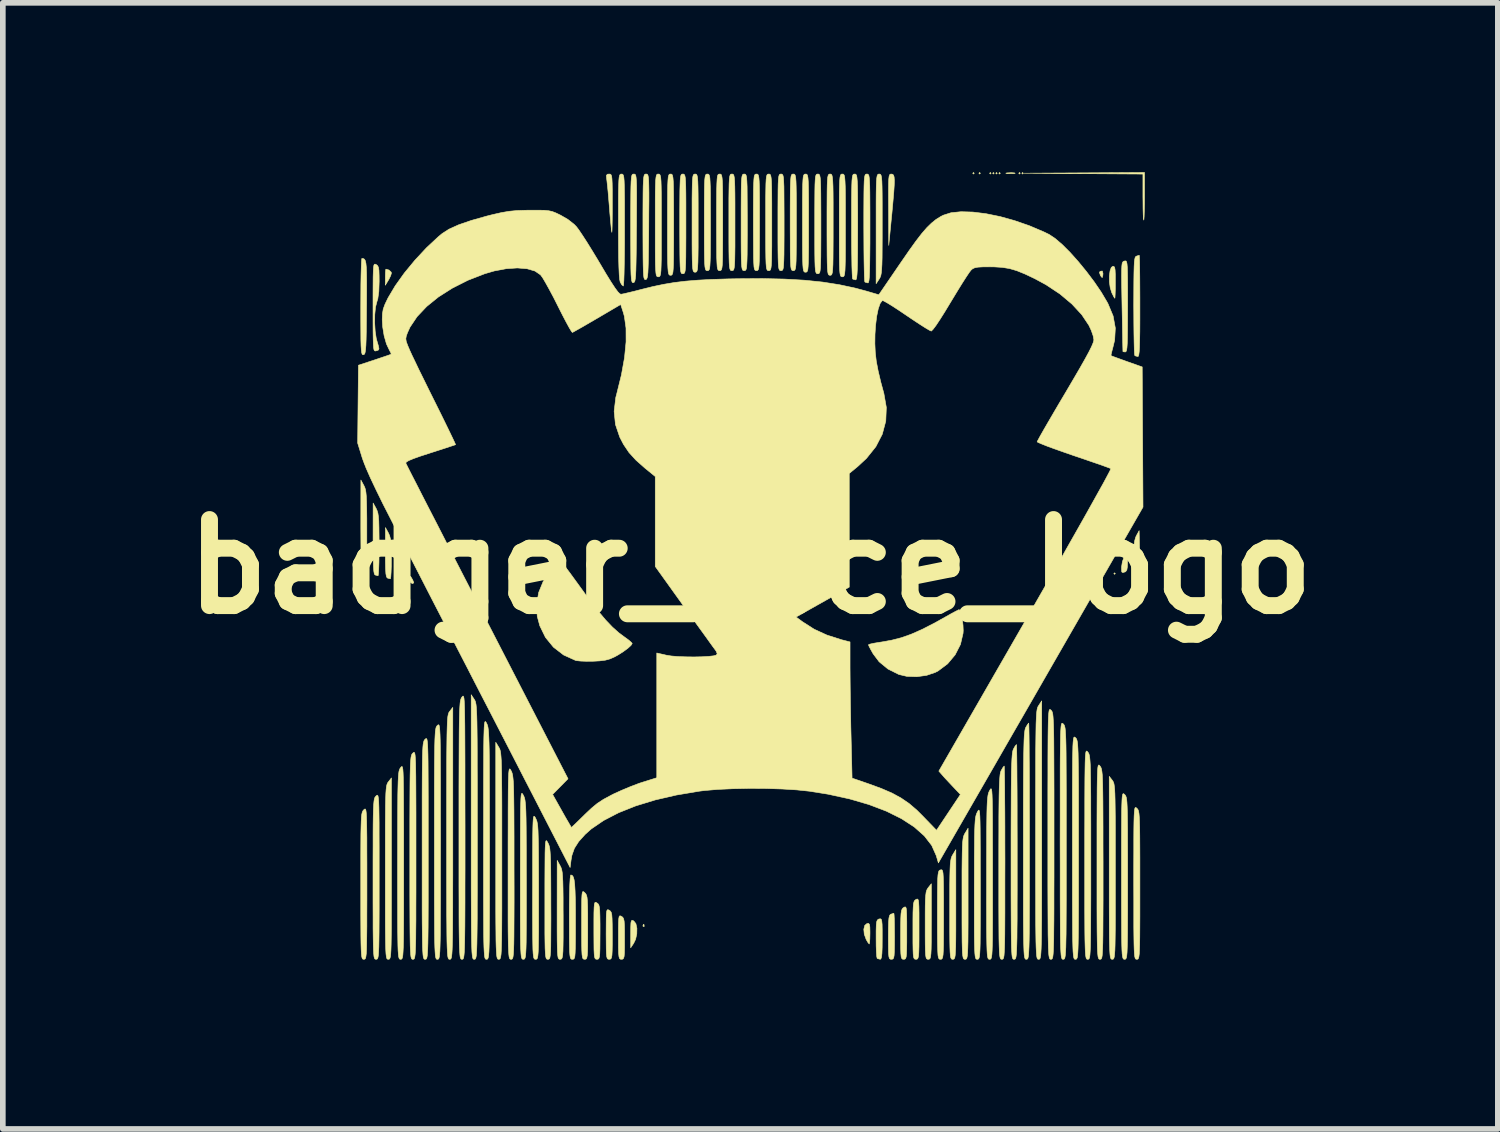
<source format=kicad_pcb>
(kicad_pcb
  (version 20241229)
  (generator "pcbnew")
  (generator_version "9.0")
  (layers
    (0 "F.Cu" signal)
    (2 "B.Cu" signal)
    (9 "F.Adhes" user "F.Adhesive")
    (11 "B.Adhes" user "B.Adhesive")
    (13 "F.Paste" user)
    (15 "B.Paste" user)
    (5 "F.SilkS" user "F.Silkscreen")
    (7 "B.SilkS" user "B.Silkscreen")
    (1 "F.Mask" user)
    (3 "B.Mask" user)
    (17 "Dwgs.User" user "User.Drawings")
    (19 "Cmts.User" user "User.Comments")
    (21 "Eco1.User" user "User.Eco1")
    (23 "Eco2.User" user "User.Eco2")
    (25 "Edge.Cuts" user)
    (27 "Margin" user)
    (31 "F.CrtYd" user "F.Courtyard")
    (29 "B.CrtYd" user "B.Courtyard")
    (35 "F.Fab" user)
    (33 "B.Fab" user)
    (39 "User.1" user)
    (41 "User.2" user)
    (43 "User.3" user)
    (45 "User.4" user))
  (footprint "badger_face_logo"
    (layer "F.Cu")
    (at 10.24 6.987)
    (property "Reference" "badger_face_logo" (at 0 0 0) (layer "F.SilkS") (effects (font (size 1.524 1.524) (thickness 0.3))))
    (attr through_hole)
    (fp_poly (pts (xy 3.966 -6.968) (xy 3.953 -6.954) (xy 3.939 -6.968) (xy 3.953 -6.982) (xy 3.966 -6.968)) (stroke (width 0.01) (type solid)) (fill yes) (layer "F.SilkS"))
    (fp_poly (pts (xy 4.075 -6.968) (xy 4.061 -6.954) (xy 4.048 -6.968) (xy 4.061 -6.982) (xy 4.075 -6.968)) (stroke (width 0.01) (type solid)) (fill yes) (layer "F.SilkS"))
    (fp_poly (pts (xy 4.265 -6.968) (xy 4.251 -6.954) (xy 4.238 -6.968) (xy 4.251 -6.982) (xy 4.265 -6.968)) (stroke (width 0.01) (type solid)) (fill yes) (layer "F.SilkS"))
    (fp_poly (pts (xy 4.319 -6.968) (xy 4.306 -6.954) (xy 4.292 -6.968) (xy 4.306 -6.982) (xy 4.319 -6.968)) (stroke (width 0.01) (type solid)) (fill yes) (layer "F.SilkS"))
    (fp_poly (pts (xy 4.374 -6.968) (xy 4.36 -6.954) (xy 4.347 -6.968) (xy 4.36 -6.982) (xy 4.374 -6.968)) (stroke (width 0.01) (type solid)) (fill yes) (layer "F.SilkS"))
    (fp_poly (pts (xy 4.428 -6.968) (xy 4.414 -6.954) (xy 4.401 -6.968) (xy 4.414 -6.982) (xy 4.428 -6.968)) (stroke (width 0.01) (type solid)) (fill yes) (layer "F.SilkS"))
    (fp_poly (pts (xy 4.781 -6.968) (xy 4.768 -6.954) (xy 4.754 -6.968) (xy 4.768 -6.982) (xy 4.781 -6.968)) (stroke (width 0.01) (type solid)) (fill yes) (layer "F.SilkS"))
    (fp_poly (pts (xy 4.836 -6.968) (xy 4.822 -6.954) (xy 4.808 -6.968) (xy 4.822 -6.982) (xy 4.836 -6.968)) (stroke (width 0.01) (type solid)) (fill yes) (layer "F.SilkS"))
    (fp_poly (pts (xy 6.465 0.122) (xy 6.452 0.136) (xy 6.438 0.122) (xy 6.452 0.109) (xy 6.465 0.122)) (stroke (width 0.01) (type solid)) (fill yes) (layer "F.SilkS"))
    (fp_poly (pts (xy -1.883 6.339) (xy -1.88 6.371) (xy -1.883 6.375) (xy -1.9 6.371) (xy -1.902 6.357) (xy -1.892 6.334) (xy -1.883 6.339)) (stroke (width 0.01) (type solid)) (fill yes) (layer "F.SilkS"))
    (fp_poly (pts (xy 4.68 -6.974) (xy 4.691 -6.967) (xy 4.655 -6.963) (xy 4.605 -6.962) (xy 4.543 -6.964) (xy 4.525 -6.969) (xy 4.544 -6.974) (xy 4.624 -6.978) (xy 4.68 -6.974)) (stroke (width 0.01) (type solid)) (fill yes) (layer "F.SilkS"))
    (fp_poly (pts (xy 6.246 -5.196) (xy 6.244 -5.163) (xy 6.235 -5.122) (xy 6.22 -5.13) (xy 6.201 -5.159) (xy 6.183 -5.211) (xy 6.196 -5.231) (xy 6.234 -5.237) (xy 6.246 -5.196)) (stroke (width 0.01) (type solid)) (fill yes) (layer "F.SilkS"))
    (fp_poly (pts (xy -5.991 0.216) (xy -5.979 0.238) (xy -5.961 0.283) (xy -5.976 0.298) (xy -5.989 0.299) (xy -6.023 0.275) (xy -6.031 0.226) (xy -6.028 0.176) (xy -6.017 0.172) (xy -5.991 0.216)) (stroke (width 0.01) (type solid)) (fill yes) (layer "F.SilkS"))
    (fp_poly (pts (xy -6.4 -5.254) (xy -6.362 -5.218) (xy -6.357 -5.2) (xy -6.37 -5.154) (xy -6.403 -5.087) (xy -6.411 -5.074) (xy -6.465 -4.985) (xy -6.465 -5.128) (xy -6.463 -5.207) (xy -6.458 -5.259) (xy -6.454 -5.27) (xy -6.4 -5.254)) (stroke (width 0.01) (type solid)) (fill yes) (layer "F.SilkS"))
    (fp_poly (pts (xy -2.068 6.274) (xy -2.065 6.275) (xy -2.027 6.323) (xy -2.009 6.405) (xy -2.011 6.503) (xy -2.032 6.6) (xy -2.065 6.669) (xy -2.119 6.751) (xy -2.119 6.498) (xy -2.118 6.381) (xy -2.115 6.309) (xy -2.107 6.273) (xy -2.092 6.264) (xy -2.068 6.274)) (stroke (width 0.01) (type solid)) (fill yes) (layer "F.SilkS"))
    (fp_poly (pts (xy 6.682 -0.105) (xy 6.679 -0.001) (xy 6.669 0.059) (xy 6.648 0.088) (xy 6.64 0.092) (xy 6.598 0.105) (xy 6.579 0.093) (xy 6.575 0.045) (xy 6.575 0.007) (xy 6.59 -0.088) (xy 6.624 -0.182) (xy 6.628 -0.19) (xy 6.681 -0.285) (xy 6.682 -0.105)) (stroke (width 0.01) (type solid)) (fill yes) (layer "F.SilkS"))
    (fp_poly (pts (xy -6.191 -0.182) (xy -6.162 -0.102) (xy -6.145 -0.007) (xy -6.14 0.089) (xy -6.148 0.173) (xy -6.168 0.231) (xy -6.199 0.25) (xy -6.201 0.25) (xy -6.223 0.239) (xy -6.237 0.211) (xy -6.244 0.155) (xy -6.247 0.061) (xy -6.247 -0.022) (xy -6.246 -0.285) (xy -6.191 -0.182)) (stroke (width 0.01) (type solid)) (fill yes) (layer "F.SilkS"))
    (fp_poly (pts (xy 2.109 6.335) (xy 2.117 6.381) (xy 2.119 6.468) (xy 2.119 6.495) (xy 2.117 6.588) (xy 2.113 6.655) (xy 2.106 6.683) (xy 2.106 6.683) (xy 2.086 6.661) (xy 2.055 6.609) (xy 2.052 6.603) (xy 2.018 6.51) (xy 2.01 6.422) (xy 2.027 6.354) (xy 2.065 6.322) (xy 2.093 6.318) (xy 2.109 6.335)) (stroke (width 0.01) (type solid)) (fill yes) (layer "F.SilkS"))
    (fp_poly (pts (xy 6.894 -0.315) (xy 6.896 -0.165) (xy 6.892 -0.062) (xy 6.881 0.003) (xy 6.86 0.039) (xy 6.828 0.053) (xy 6.812 0.054) (xy 6.803 0.029) (xy 6.796 -0.039) (xy 6.792 -0.137) (xy 6.791 -0.205) (xy 6.795 -0.348) (xy 6.805 -0.449) (xy 6.825 -0.521) (xy 6.839 -0.551) (xy 6.887 -0.638) (xy 6.894 -0.315)) (stroke (width 0.01) (type solid)) (fill yes) (layer "F.SilkS"))
    (fp_poly (pts (xy 6.982 -6.561) (xy 6.981 -6.416) (xy 6.978 -6.293) (xy 6.975 -6.201) (xy 6.971 -6.148) (xy 6.968 -6.139) (xy 6.963 -6.165) (xy 6.959 -6.236) (xy 6.956 -6.342) (xy 6.955 -6.474) (xy 6.954 -6.547) (xy 6.954 -6.954) (xy 5.902 -6.961) (xy 4.849 -6.969) (xy 5.915 -6.975) (xy 6.982 -6.982) (xy 6.982 -6.561)) (stroke (width 0.01) (type solid)) (fill yes) (layer "F.SilkS"))
    (fp_poly (pts (xy 6.439 -5.319) (xy 6.453 -5.3) (xy 6.461 -5.255) (xy 6.465 -5.175) (xy 6.465 -5.05) (xy 6.465 -5.041) (xy 6.465 -4.924) (xy 6.462 -4.829) (xy 6.459 -4.77) (xy 6.456 -4.754) (xy 6.44 -4.776) (xy 6.412 -4.832) (xy 6.4 -4.857) (xy 6.374 -4.943) (xy 6.36 -5.045) (xy 6.36 -5.148) (xy 6.371 -5.238) (xy 6.393 -5.3) (xy 6.418 -5.319) (xy 6.439 -5.319)) (stroke (width 0.01) (type solid)) (fill yes) (layer "F.SilkS"))
    (fp_poly (pts (xy -6.411 -0.598) (xy -6.389 -0.549) (xy -6.374 -0.491) (xy -6.365 -0.412) (xy -6.36 -0.301) (xy -6.358 -0.148) (xy -6.358 -0.143) (xy -6.359 -0.01) (xy -6.363 0.1) (xy -6.368 0.178) (xy -6.375 0.214) (xy -6.377 0.215) (xy -6.419 0.204) (xy -6.431 0.199) (xy -6.445 0.178) (xy -6.455 0.125) (xy -6.461 0.033) (xy -6.464 -0.103) (xy -6.464 -0.254) (xy -6.463 -0.693) (xy -6.411 -0.598)) (stroke (width 0.01) (type solid)) (fill yes) (layer "F.SilkS"))
    (fp_poly (pts (xy 2.521 -6.95) (xy 2.537 -6.934) (xy 2.547 -6.901) (xy 2.551 -6.843) (xy 2.549 -6.757) (xy 2.541 -6.635) (xy 2.527 -6.472) (xy 2.508 -6.263) (xy 2.501 -6.194) (xy 2.452 -5.691) (xy 2.449 -6.323) (xy 2.448 -6.524) (xy 2.448 -6.677) (xy 2.449 -6.788) (xy 2.452 -6.865) (xy 2.458 -6.914) (xy 2.467 -6.941) (xy 2.48 -6.952) (xy 2.497 -6.954) (xy 2.499 -6.954) (xy 2.521 -6.95)) (stroke (width 0.01) (type solid)) (fill yes) (layer "F.SilkS"))
    (fp_poly (pts (xy -6.628 -1.032) (xy -6.611 -0.994) (xy -6.597 -0.95) (xy -6.588 -0.891) (xy -6.581 -0.809) (xy -6.578 -0.696) (xy -6.576 -0.543) (xy -6.575 -0.387) (xy -6.576 -0.221) (xy -6.578 -0.075) (xy -6.582 0.042) (xy -6.587 0.123) (xy -6.593 0.16) (xy -6.594 0.161) (xy -6.636 0.15) (xy -6.649 0.145) (xy -6.66 0.127) (xy -6.669 0.08) (xy -6.675 -0.001) (xy -6.679 -0.121) (xy -6.681 -0.286) (xy -6.682 -0.498) (xy -6.681 -1.127) (xy -6.628 -1.032)) (stroke (width 0.01) (type solid)) (fill yes) (layer "F.SilkS"))
    (fp_poly (pts (xy 2.319 6.246) (xy 2.328 6.276) (xy 2.334 6.335) (xy 2.336 6.431) (xy 2.336 6.572) (xy 2.336 6.59) (xy 2.335 6.743) (xy 2.331 6.849) (xy 2.324 6.915) (xy 2.312 6.948) (xy 2.3 6.954) (xy 2.254 6.942) (xy 2.246 6.936) (xy 2.239 6.904) (xy 2.233 6.828) (xy 2.229 6.72) (xy 2.228 6.591) (xy 2.228 6.586) (xy 2.228 6.447) (xy 2.231 6.352) (xy 2.237 6.293) (xy 2.249 6.261) (xy 2.267 6.245) (xy 2.282 6.24) (xy 2.304 6.237) (xy 2.319 6.246)) (stroke (width 0.01) (type solid)) (fill yes) (layer "F.SilkS"))
    (fp_poly (pts (xy -2.482 -6.953) (xy -2.468 -6.943) (xy -2.457 -6.918) (xy -2.451 -6.87) (xy -2.447 -6.792) (xy -2.445 -6.678) (xy -2.445 -6.519) (xy -2.445 -6.438) (xy -2.445 -6.278) (xy -2.446 -6.137) (xy -2.448 -6.026) (xy -2.45 -5.951) (xy -2.453 -5.922) (xy -2.453 -5.922) (xy -2.458 -5.948) (xy -2.466 -6.018) (xy -2.476 -6.125) (xy -2.488 -6.258) (xy -2.495 -6.35) (xy -2.508 -6.504) (xy -2.52 -6.645) (xy -2.532 -6.762) (xy -2.541 -6.843) (xy -2.544 -6.866) (xy -2.55 -6.927) (xy -2.533 -6.951) (xy -2.502 -6.954) (xy -2.482 -6.953)) (stroke (width 0.01) (type solid)) (fill yes) (layer "F.SilkS"))
    (fp_poly (pts (xy -2.293 6.188) (xy -2.282 6.194) (xy -2.26 6.209) (xy -2.245 6.235) (xy -2.235 6.279) (xy -2.23 6.352) (xy -2.228 6.462) (xy -2.228 6.589) (xy -2.228 6.736) (xy -2.23 6.837) (xy -2.235 6.901) (xy -2.245 6.936) (xy -2.259 6.951) (xy -2.281 6.954) (xy -2.282 6.954) (xy -2.303 6.952) (xy -2.318 6.938) (xy -2.327 6.905) (xy -2.333 6.845) (xy -2.336 6.749) (xy -2.336 6.61) (xy -2.336 6.56) (xy -2.336 6.406) (xy -2.334 6.3) (xy -2.33 6.232) (xy -2.323 6.196) (xy -2.311 6.184) (xy -2.293 6.188)) (stroke (width 0.01) (type solid)) (fill yes) (layer "F.SilkS"))
    (fp_poly (pts (xy 2.546 6.165) (xy 2.55 6.236) (xy 2.552 6.342) (xy 2.553 6.474) (xy 2.554 6.547) (xy 2.553 6.704) (xy 2.551 6.814) (xy 2.547 6.886) (xy 2.539 6.928) (xy 2.527 6.948) (xy 2.508 6.954) (xy 2.499 6.954) (xy 2.478 6.952) (xy 2.463 6.938) (xy 2.454 6.905) (xy 2.448 6.844) (xy 2.446 6.748) (xy 2.445 6.608) (xy 2.445 6.563) (xy 2.446 6.407) (xy 2.449 6.297) (xy 2.455 6.224) (xy 2.465 6.182) (xy 2.479 6.161) (xy 2.488 6.156) (xy 2.531 6.142) (xy 2.542 6.139) (xy 2.546 6.165)) (stroke (width 0.01) (type solid)) (fill yes) (layer "F.SilkS"))
    (fp_poly (pts (xy 3.206 6.285) (xy 3.205 6.493) (xy 3.205 6.652) (xy 3.203 6.77) (xy 3.199 6.852) (xy 3.193 6.906) (xy 3.185 6.936) (xy 3.173 6.95) (xy 3.158 6.954) (xy 3.151 6.954) (xy 3.134 6.952) (xy 3.12 6.942) (xy 3.111 6.917) (xy 3.104 6.869) (xy 3.1 6.794) (xy 3.098 6.683) (xy 3.097 6.531) (xy 3.097 6.354) (xy 3.097 6.157) (xy 3.098 6.007) (xy 3.101 5.897) (xy 3.107 5.818) (xy 3.114 5.764) (xy 3.126 5.726) (xy 3.141 5.699) (xy 3.151 5.685) (xy 3.206 5.616) (xy 3.206 6.285)) (stroke (width 0.01) (type solid)) (fill yes) (layer "F.SilkS"))
    (fp_poly (pts (xy -6.846 -1.44) (xy -6.83 -1.407) (xy -6.818 -1.369) (xy -6.809 -1.319) (xy -6.802 -1.249) (xy -6.798 -1.153) (xy -6.795 -1.024) (xy -6.793 -0.855) (xy -6.793 -0.639) (xy -6.793 -0.618) (xy -6.793 -0.394) (xy -6.794 -0.219) (xy -6.797 -0.087) (xy -6.801 0.006) (xy -6.807 0.066) (xy -6.816 0.098) (xy -6.827 0.109) (xy -6.828 0.109) (xy -6.874 0.097) (xy -6.882 0.091) (xy -6.887 0.06) (xy -6.891 -0.018) (xy -6.894 -0.137) (xy -6.897 -0.29) (xy -6.898 -0.469) (xy -6.899 -0.668) (xy -6.899 -0.731) (xy -6.898 -1.535) (xy -6.846 -1.44)) (stroke (width 0.01) (type solid)) (fill yes) (layer "F.SilkS"))
    (fp_poly (pts (xy -2.499 6.085) (xy -2.479 6.1) (xy -2.464 6.123) (xy -2.454 6.164) (xy -2.449 6.231) (xy -2.446 6.332) (xy -2.445 6.476) (xy -2.445 6.534) (xy -2.445 6.694) (xy -2.447 6.807) (xy -2.451 6.881) (xy -2.459 6.925) (xy -2.47 6.947) (xy -2.488 6.954) (xy -2.499 6.954) (xy -2.519 6.952) (xy -2.534 6.939) (xy -2.543 6.909) (xy -2.549 6.853) (xy -2.552 6.764) (xy -2.553 6.635) (xy -2.554 6.505) (xy -2.553 6.34) (xy -2.552 6.222) (xy -2.549 6.144) (xy -2.543 6.098) (xy -2.533 6.078) (xy -2.518 6.077) (xy -2.499 6.085)) (stroke (width 0.01) (type solid)) (fill yes) (layer "F.SilkS"))
    (fp_poly (pts (xy 2.75 6.028) (xy 2.76 6.047) (xy 2.766 6.092) (xy 2.769 6.17) (xy 2.771 6.287) (xy 2.771 6.45) (xy 2.771 6.479) (xy 2.771 6.65) (xy 2.769 6.774) (xy 2.766 6.859) (xy 2.76 6.912) (xy 2.75 6.941) (xy 2.736 6.952) (xy 2.717 6.954) (xy 2.696 6.952) (xy 2.682 6.939) (xy 2.672 6.909) (xy 2.666 6.852) (xy 2.663 6.763) (xy 2.662 6.632) (xy 2.662 6.513) (xy 2.663 6.348) (xy 2.665 6.229) (xy 2.669 6.147) (xy 2.677 6.095) (xy 2.689 6.063) (xy 2.706 6.044) (xy 2.717 6.037) (xy 2.736 6.027) (xy 2.75 6.028)) (stroke (width 0.01) (type solid)) (fill yes) (layer "F.SilkS"))
    (fp_poly (pts (xy -3.369 5.297) (xy -3.353 5.329) (xy -3.341 5.366) (xy -3.332 5.414) (xy -3.326 5.481) (xy -3.321 5.573) (xy -3.318 5.697) (xy -3.316 5.859) (xy -3.316 6.066) (xy -3.315 6.173) (xy -3.315 6.4) (xy -3.315 6.577) (xy -3.317 6.712) (xy -3.319 6.811) (xy -3.324 6.878) (xy -3.331 6.92) (xy -3.34 6.943) (xy -3.352 6.952) (xy -3.367 6.954) (xy -3.369 6.954) (xy -3.384 6.953) (xy -3.395 6.945) (xy -3.405 6.924) (xy -3.411 6.886) (xy -3.416 6.825) (xy -3.419 6.735) (xy -3.421 6.611) (xy -3.422 6.447) (xy -3.422 6.237) (xy -3.422 6.078) (xy -3.421 5.202) (xy -3.369 5.297)) (stroke (width 0.01) (type solid)) (fill yes) (layer "F.SilkS"))
    (fp_poly (pts (xy -2.726 5.95) (xy -2.717 5.956) (xy -2.697 5.971) (xy -2.683 5.994) (xy -2.673 6.033) (xy -2.667 6.096) (xy -2.664 6.191) (xy -2.662 6.326) (xy -2.662 6.472) (xy -2.663 6.644) (xy -2.664 6.77) (xy -2.667 6.856) (xy -2.673 6.91) (xy -2.683 6.94) (xy -2.697 6.952) (xy -2.716 6.954) (xy -2.717 6.954) (xy -2.735 6.952) (xy -2.749 6.941) (xy -2.759 6.913) (xy -2.765 6.861) (xy -2.769 6.779) (xy -2.77 6.659) (xy -2.771 6.494) (xy -2.771 6.438) (xy -2.771 6.259) (xy -2.77 6.128) (xy -2.767 6.037) (xy -2.762 5.981) (xy -2.754 5.952) (xy -2.742 5.944) (xy -2.726 5.95)) (stroke (width 0.01) (type solid)) (fill yes) (layer "F.SilkS"))
    (fp_poly (pts (xy -3.155 5.468) (xy -3.136 5.495) (xy -3.121 5.547) (xy -3.111 5.628) (xy -3.104 5.744) (xy -3.099 5.9) (xy -3.097 6.102) (xy -3.097 6.26) (xy -3.097 6.472) (xy -3.098 6.636) (xy -3.1 6.757) (xy -3.103 6.843) (xy -3.108 6.9) (xy -3.116 6.933) (xy -3.127 6.949) (xy -3.142 6.954) (xy -3.151 6.954) (xy -3.167 6.953) (xy -3.18 6.944) (xy -3.189 6.921) (xy -3.196 6.88) (xy -3.201 6.813) (xy -3.203 6.714) (xy -3.205 6.579) (xy -3.205 6.4) (xy -3.206 6.207) (xy -3.205 5.978) (xy -3.202 5.786) (xy -3.198 5.635) (xy -3.192 5.528) (xy -3.184 5.47) (xy -3.179 5.46) (xy -3.155 5.468)) (stroke (width 0.01) (type solid)) (fill yes) (layer "F.SilkS"))
    (fp_poly (pts (xy 2.966 5.889) (xy 2.976 5.908) (xy 2.982 5.951) (xy 2.986 6.024) (xy 2.988 6.134) (xy 2.988 6.287) (xy 2.988 6.41) (xy 2.988 6.595) (xy 2.987 6.732) (xy 2.984 6.829) (xy 2.979 6.893) (xy 2.971 6.93) (xy 2.96 6.948) (xy 2.944 6.954) (xy 2.934 6.954) (xy 2.915 6.952) (xy 2.901 6.941) (xy 2.891 6.913) (xy 2.885 6.861) (xy 2.882 6.779) (xy 2.88 6.659) (xy 2.88 6.493) (xy 2.88 6.439) (xy 2.88 6.26) (xy 2.881 6.127) (xy 2.885 6.033) (xy 2.89 5.97) (xy 2.9 5.932) (xy 2.913 5.91) (xy 2.932 5.896) (xy 2.934 5.895) (xy 2.952 5.887) (xy 2.966 5.889)) (stroke (width 0.01) (type solid)) (fill yes) (layer "F.SilkS"))
    (fp_poly (pts (xy -2.955 5.756) (xy -2.938 5.769) (xy -2.934 5.773) (xy -2.916 5.792) (xy -2.902 5.818) (xy -2.892 5.858) (xy -2.886 5.92) (xy -2.882 6.01) (xy -2.88 6.137) (xy -2.88 6.308) (xy -2.88 6.388) (xy -2.88 6.577) (xy -2.881 6.719) (xy -2.883 6.819) (xy -2.888 6.886) (xy -2.896 6.927) (xy -2.906 6.947) (xy -2.922 6.954) (xy -2.934 6.954) (xy -2.951 6.952) (xy -2.965 6.942) (xy -2.974 6.917) (xy -2.981 6.871) (xy -2.985 6.796) (xy -2.987 6.687) (xy -2.988 6.537) (xy -2.988 6.339) (xy -2.988 6.141) (xy -2.987 5.992) (xy -2.986 5.884) (xy -2.982 5.813) (xy -2.976 5.772) (xy -2.967 5.755) (xy -2.955 5.756)) (stroke (width 0.01) (type solid)) (fill yes) (layer "F.SilkS"))
    (fp_poly (pts (xy 2.297 -6.953) (xy 2.309 -6.945) (xy 2.318 -6.925) (xy 2.325 -6.887) (xy 2.33 -6.826) (xy 2.333 -6.737) (xy 2.335 -6.613) (xy 2.336 -6.45) (xy 2.336 -6.242) (xy 2.336 -6.065) (xy 2.336 -5.82) (xy 2.335 -5.625) (xy 2.334 -5.471) (xy 2.331 -5.354) (xy 2.326 -5.267) (xy 2.32 -5.204) (xy 2.312 -5.16) (xy 2.301 -5.128) (xy 2.287 -5.102) (xy 2.282 -5.094) (xy 2.228 -5.012) (xy 2.228 -5.983) (xy 2.228 -6.238) (xy 2.228 -6.444) (xy 2.229 -6.607) (xy 2.231 -6.73) (xy 2.234 -6.82) (xy 2.239 -6.882) (xy 2.246 -6.922) (xy 2.255 -6.943) (xy 2.266 -6.952) (xy 2.279 -6.954) (xy 2.282 -6.954) (xy 2.297 -6.953)) (stroke (width 0.01) (type solid)) (fill yes) (layer "F.SilkS"))
    (fp_poly (pts (xy 3.64 5.983) (xy 3.64 6.238) (xy 3.64 6.444) (xy 3.639 6.607) (xy 3.637 6.73) (xy 3.633 6.82) (xy 3.629 6.882) (xy 3.622 6.922) (xy 3.613 6.943) (xy 3.602 6.952) (xy 3.588 6.954) (xy 3.586 6.954) (xy 3.571 6.953) (xy 3.559 6.945) (xy 3.55 6.924) (xy 3.543 6.886) (xy 3.538 6.825) (xy 3.535 6.735) (xy 3.533 6.611) (xy 3.532 6.448) (xy 3.532 6.239) (xy 3.532 6.072) (xy 3.532 5.829) (xy 3.532 5.634) (xy 3.534 5.481) (xy 3.537 5.364) (xy 3.541 5.277) (xy 3.548 5.215) (xy 3.556 5.17) (xy 3.567 5.136) (xy 3.581 5.109) (xy 3.586 5.101) (xy 3.64 5.012) (xy 3.64 5.983)) (stroke (width 0.01) (type solid)) (fill yes) (layer "F.SilkS"))
    (fp_poly (pts (xy 3.719 0.785) (xy 3.739 0.849) (xy 3.755 0.938) (xy 3.767 1.037) (xy 3.771 1.131) (xy 3.768 1.18) (xy 3.722 1.377) (xy 3.628 1.561) (xy 3.495 1.72) (xy 3.33 1.844) (xy 3.276 1.873) (xy 3.122 1.925) (xy 2.947 1.949) (xy 2.773 1.943) (xy 2.63 1.909) (xy 2.438 1.813) (xy 2.282 1.685) (xy 2.175 1.543) (xy 2.131 1.465) (xy 2.101 1.406) (xy 2.092 1.383) (xy 2.117 1.372) (xy 2.183 1.357) (xy 2.279 1.341) (xy 2.32 1.335) (xy 2.5 1.303) (xy 2.672 1.259) (xy 2.848 1.197) (xy 3.036 1.114) (xy 3.248 1.006) (xy 3.464 0.886) (xy 3.561 0.831) (xy 3.64 0.789) (xy 3.689 0.764) (xy 3.699 0.761) (xy 3.719 0.785)) (stroke (width 0.01) (type solid)) (fill yes) (layer "F.SilkS"))
    (fp_poly (pts (xy 6.891 -5.489) (xy 6.894 -5.414) (xy 6.896 -5.299) (xy 6.898 -5.148) (xy 6.899 -4.967) (xy 6.9 -4.765) (xy 6.9 -4.618) (xy 6.9 -4.367) (xy 6.899 -4.165) (xy 6.896 -4.008) (xy 6.893 -3.89) (xy 6.888 -3.808) (xy 6.881 -3.755) (xy 6.873 -3.728) (xy 6.864 -3.722) (xy 6.818 -3.734) (xy 6.81 -3.74) (xy 6.805 -3.77) (xy 6.801 -3.849) (xy 6.798 -3.968) (xy 6.795 -4.122) (xy 6.793 -4.304) (xy 6.792 -4.506) (xy 6.791 -4.62) (xy 6.792 -4.861) (xy 6.793 -5.054) (xy 6.795 -5.204) (xy 6.798 -5.315) (xy 6.802 -5.395) (xy 6.809 -5.447) (xy 6.817 -5.479) (xy 6.828 -5.494) (xy 6.834 -5.498) (xy 6.878 -5.513) (xy 6.889 -5.515) (xy 6.891 -5.489)) (stroke (width 0.01) (type solid)) (fill yes) (layer "F.SilkS"))
    (fp_poly (pts (xy -6.855 -5.457) (xy -6.835 -5.446) (xy -6.82 -5.42) (xy -6.809 -5.375) (xy -6.802 -5.305) (xy -6.798 -5.205) (xy -6.796 -5.068) (xy -6.796 -4.889) (xy -6.797 -4.664) (xy -6.798 -4.59) (xy -6.8 -4.355) (xy -6.802 -4.169) (xy -6.805 -4.027) (xy -6.809 -3.921) (xy -6.815 -3.847) (xy -6.822 -3.799) (xy -6.83 -3.771) (xy -6.842 -3.758) (xy -6.853 -3.754) (xy -6.866 -3.754) (xy -6.876 -3.765) (xy -6.884 -3.791) (xy -6.89 -3.838) (xy -6.895 -3.912) (xy -6.898 -4.017) (xy -6.899 -4.16) (xy -6.9 -4.346) (xy -6.9 -4.58) (xy -6.9 -4.603) (xy -6.899 -4.812) (xy -6.898 -5.003) (xy -6.895 -5.169) (xy -6.891 -5.304) (xy -6.887 -5.4) (xy -6.882 -5.453) (xy -6.88 -5.46) (xy -6.855 -5.457)) (stroke (width 0.01) (type solid)) (fill yes) (layer "F.SilkS"))
    (fp_poly (pts (xy 3.857 5.793) (xy 3.857 6.074) (xy 3.857 6.306) (xy 3.856 6.493) (xy 3.855 6.64) (xy 3.852 6.752) (xy 3.849 6.834) (xy 3.844 6.89) (xy 3.837 6.925) (xy 3.829 6.945) (xy 3.818 6.953) (xy 3.805 6.954) (xy 3.803 6.954) (xy 3.79 6.953) (xy 3.778 6.946) (xy 3.77 6.928) (xy 3.763 6.894) (xy 3.757 6.839) (xy 3.754 6.758) (xy 3.751 6.646) (xy 3.75 6.498) (xy 3.749 6.31) (xy 3.749 6.075) (xy 3.749 5.882) (xy 3.749 5.612) (xy 3.749 5.39) (xy 3.751 5.212) (xy 3.753 5.073) (xy 3.756 4.965) (xy 3.76 4.885) (xy 3.767 4.827) (xy 3.775 4.785) (xy 3.785 4.755) (xy 3.798 4.729) (xy 3.803 4.721) (xy 3.857 4.632) (xy 3.857 5.793)) (stroke (width 0.01) (type solid)) (fill yes) (layer "F.SilkS"))
    (fp_poly (pts (xy -2.268 -6.953) (xy -2.256 -6.945) (xy -2.247 -6.926) (xy -2.24 -6.891) (xy -2.235 -6.833) (xy -2.232 -6.749) (xy -2.23 -6.633) (xy -2.228 -6.479) (xy -2.228 -6.282) (xy -2.228 -6.038) (xy -2.228 -5.963) (xy -2.228 -5.737) (xy -2.23 -5.529) (xy -2.233 -5.345) (xy -2.236 -5.191) (xy -2.24 -5.074) (xy -2.245 -4.999) (xy -2.25 -4.971) (xy -2.25 -4.971) (xy -2.277 -4.993) (xy -2.305 -5.041) (xy -2.314 -5.085) (xy -2.322 -5.171) (xy -2.328 -5.303) (xy -2.333 -5.482) (xy -2.335 -5.71) (xy -2.336 -5.99) (xy -2.336 -6.032) (xy -2.336 -6.28) (xy -2.336 -6.479) (xy -2.335 -6.634) (xy -2.332 -6.752) (xy -2.329 -6.836) (xy -2.324 -6.893) (xy -2.317 -6.928) (xy -2.307 -6.946) (xy -2.295 -6.953) (xy -2.282 -6.954) (xy -2.268 -6.953)) (stroke (width 0.01) (type solid)) (fill yes) (layer "F.SilkS"))
    (fp_poly (pts (xy 1.862 -6.953) (xy 1.873 -6.945) (xy 1.883 -6.926) (xy 1.889 -6.889) (xy 1.894 -6.83) (xy 1.898 -6.743) (xy 1.9 -6.623) (xy 1.901 -6.464) (xy 1.902 -6.262) (xy 1.902 -6.017) (xy 1.901 -5.76) (xy 1.9 -5.552) (xy 1.898 -5.389) (xy 1.895 -5.266) (xy 1.89 -5.178) (xy 1.884 -5.121) (xy 1.876 -5.09) (xy 1.866 -5.08) (xy 1.865 -5.08) (xy 1.819 -5.092) (xy 1.811 -5.098) (xy 1.807 -5.129) (xy 1.803 -5.207) (xy 1.799 -5.327) (xy 1.797 -5.482) (xy 1.794 -5.666) (xy 1.793 -5.872) (xy 1.793 -6.035) (xy 1.793 -6.283) (xy 1.793 -6.481) (xy 1.795 -6.636) (xy 1.797 -6.753) (xy 1.8 -6.837) (xy 1.806 -6.894) (xy 1.813 -6.929) (xy 1.822 -6.947) (xy 1.834 -6.953) (xy 1.847 -6.954) (xy 1.862 -6.953)) (stroke (width 0.01) (type solid)) (fill yes) (layer "F.SilkS"))
    (fp_poly (pts (xy 6.655 -5.413) (xy 6.665 -5.397) (xy 6.672 -5.363) (xy 6.677 -5.306) (xy 6.68 -5.219) (xy 6.682 -5.097) (xy 6.683 -4.935) (xy 6.683 -4.726) (xy 6.683 -4.616) (xy 6.682 -4.381) (xy 6.681 -4.196) (xy 6.679 -4.054) (xy 6.676 -3.95) (xy 6.671 -3.879) (xy 6.664 -3.834) (xy 6.655 -3.811) (xy 6.643 -3.803) (xy 6.642 -3.803) (xy 6.605 -3.807) (xy 6.6 -3.81) (xy 6.599 -3.838) (xy 6.597 -3.913) (xy 6.595 -4.029) (xy 6.592 -4.179) (xy 6.589 -4.356) (xy 6.585 -4.553) (xy 6.584 -4.608) (xy 6.58 -4.835) (xy 6.577 -5.015) (xy 6.576 -5.151) (xy 6.577 -5.252) (xy 6.58 -5.321) (xy 6.585 -5.366) (xy 6.594 -5.392) (xy 6.606 -5.406) (xy 6.621 -5.412) (xy 6.626 -5.413) (xy 6.642 -5.416) (xy 6.655 -5.413)) (stroke (width 0.01) (type solid)) (fill yes) (layer "F.SilkS"))
    (fp_poly (pts (xy -6.632 -5.354) (xy -6.628 -5.352) (xy -6.603 -5.333) (xy -6.587 -5.302) (xy -6.578 -5.248) (xy -6.575 -5.159) (xy -6.574 -5.055) (xy -6.58 -4.876) (xy -6.598 -4.745) (xy -6.615 -4.69) (xy -6.639 -4.596) (xy -6.652 -4.466) (xy -6.654 -4.319) (xy -6.645 -4.172) (xy -6.626 -4.044) (xy -6.615 -4.004) (xy -6.589 -3.915) (xy -6.578 -3.864) (xy -6.585 -3.839) (xy -6.611 -3.827) (xy -6.628 -3.823) (xy -6.644 -3.82) (xy -6.656 -3.825) (xy -6.666 -3.843) (xy -6.673 -3.881) (xy -6.677 -3.943) (xy -6.68 -4.036) (xy -6.682 -4.165) (xy -6.683 -4.336) (xy -6.683 -4.555) (xy -6.683 -4.595) (xy -6.683 -4.821) (xy -6.682 -5) (xy -6.681 -5.135) (xy -6.678 -5.232) (xy -6.674 -5.298) (xy -6.668 -5.337) (xy -6.659 -5.356) (xy -6.647 -5.359) (xy -6.632 -5.354)) (stroke (width 0.01) (type solid)) (fill yes) (layer "F.SilkS"))
    (fp_poly (pts (xy -1.615 -6.953) (xy -1.603 -6.945) (xy -1.594 -6.925) (xy -1.587 -6.888) (xy -1.582 -6.828) (xy -1.579 -6.739) (xy -1.577 -6.617) (xy -1.576 -6.456) (xy -1.576 -6.251) (xy -1.576 -6.044) (xy -1.576 -5.798) (xy -1.576 -5.601) (xy -1.577 -5.447) (xy -1.58 -5.332) (xy -1.583 -5.249) (xy -1.588 -5.193) (xy -1.596 -5.159) (xy -1.605 -5.142) (xy -1.618 -5.135) (xy -1.63 -5.134) (xy -1.645 -5.136) (xy -1.656 -5.144) (xy -1.666 -5.164) (xy -1.672 -5.201) (xy -1.677 -5.261) (xy -1.681 -5.35) (xy -1.683 -5.472) (xy -1.684 -5.633) (xy -1.684 -5.838) (xy -1.684 -6.044) (xy -1.684 -6.291) (xy -1.684 -6.488) (xy -1.683 -6.641) (xy -1.68 -6.757) (xy -1.677 -6.84) (xy -1.671 -6.896) (xy -1.664 -6.93) (xy -1.655 -6.947) (xy -1.642 -6.954) (xy -1.63 -6.954) (xy -1.615 -6.953)) (stroke (width 0.01) (type solid)) (fill yes) (layer "F.SilkS"))
    (fp_poly (pts (xy -1.398 -6.953) (xy -1.386 -6.945) (xy -1.377 -6.925) (xy -1.37 -6.887) (xy -1.365 -6.826) (xy -1.362 -6.737) (xy -1.36 -6.614) (xy -1.359 -6.452) (xy -1.358 -6.245) (xy -1.358 -6.058) (xy -1.358 -5.814) (xy -1.359 -5.619) (xy -1.36 -5.467) (xy -1.362 -5.353) (xy -1.366 -5.272) (xy -1.371 -5.217) (xy -1.379 -5.185) (xy -1.389 -5.168) (xy -1.401 -5.162) (xy -1.413 -5.161) (xy -1.427 -5.163) (xy -1.439 -5.171) (xy -1.448 -5.191) (xy -1.455 -5.229) (xy -1.46 -5.289) (xy -1.464 -5.379) (xy -1.466 -5.501) (xy -1.467 -5.664) (xy -1.467 -5.871) (xy -1.467 -6.058) (xy -1.467 -6.302) (xy -1.466 -6.497) (xy -1.465 -6.649) (xy -1.463 -6.763) (xy -1.459 -6.844) (xy -1.454 -6.899) (xy -1.446 -6.931) (xy -1.437 -6.948) (xy -1.424 -6.954) (xy -1.413 -6.954) (xy -1.398 -6.953)) (stroke (width 0.01) (type solid)) (fill yes) (layer "F.SilkS"))
    (fp_poly (pts (xy -1.18 -6.953) (xy -1.169 -6.945) (xy -1.159 -6.924) (xy -1.152 -6.886) (xy -1.147 -6.825) (xy -1.144 -6.736) (xy -1.142 -6.612) (xy -1.141 -6.448) (xy -1.141 -6.239) (xy -1.141 -6.072) (xy -1.141 -5.83) (xy -1.142 -5.636) (xy -1.143 -5.486) (xy -1.145 -5.374) (xy -1.149 -5.295) (xy -1.154 -5.242) (xy -1.162 -5.21) (xy -1.172 -5.195) (xy -1.185 -5.189) (xy -1.195 -5.189) (xy -1.21 -5.19) (xy -1.222 -5.198) (xy -1.231 -5.219) (xy -1.238 -5.257) (xy -1.243 -5.318) (xy -1.246 -5.408) (xy -1.248 -5.531) (xy -1.249 -5.695) (xy -1.25 -5.904) (xy -1.25 -6.072) (xy -1.25 -6.314) (xy -1.249 -6.507) (xy -1.248 -6.657) (xy -1.245 -6.769) (xy -1.242 -6.848) (xy -1.236 -6.901) (xy -1.229 -6.933) (xy -1.218 -6.949) (xy -1.206 -6.954) (xy -1.195 -6.954) (xy -1.18 -6.953)) (stroke (width 0.01) (type solid)) (fill yes) (layer "F.SilkS"))
    (fp_poly (pts (xy -0.963 -6.953) (xy -0.951 -6.945) (xy -0.942 -6.924) (xy -0.935 -6.886) (xy -0.93 -6.824) (xy -0.927 -6.734) (xy -0.925 -6.609) (xy -0.924 -6.444) (xy -0.924 -6.233) (xy -0.924 -6.085) (xy -0.924 -5.845) (xy -0.924 -5.654) (xy -0.926 -5.506) (xy -0.928 -5.396) (xy -0.932 -5.318) (xy -0.937 -5.266) (xy -0.945 -5.236) (xy -0.956 -5.221) (xy -0.969 -5.216) (xy -0.978 -5.216) (xy -0.993 -5.217) (xy -1.005 -5.226) (xy -1.014 -5.246) (xy -1.021 -5.284) (xy -1.026 -5.346) (xy -1.029 -5.437) (xy -1.031 -5.562) (xy -1.032 -5.726) (xy -1.032 -5.937) (xy -1.032 -6.085) (xy -1.032 -6.325) (xy -1.032 -6.516) (xy -1.03 -6.664) (xy -1.028 -6.775) (xy -1.024 -6.853) (xy -1.019 -6.904) (xy -1.011 -6.934) (xy -1 -6.949) (xy -0.987 -6.954) (xy -0.978 -6.954) (xy -0.963 -6.953)) (stroke (width 0.01) (type solid)) (fill yes) (layer "F.SilkS"))
    (fp_poly (pts (xy -0.746 -6.953) (xy -0.734 -6.945) (xy -0.724 -6.924) (xy -0.717 -6.885) (xy -0.713 -6.823) (xy -0.709 -6.732) (xy -0.707 -6.606) (xy -0.707 -6.439) (xy -0.706 -6.227) (xy -0.706 -6.099) (xy -0.706 -5.861) (xy -0.707 -5.672) (xy -0.708 -5.526) (xy -0.711 -5.417) (xy -0.715 -5.341) (xy -0.72 -5.291) (xy -0.728 -5.262) (xy -0.739 -5.248) (xy -0.752 -5.243) (xy -0.761 -5.243) (xy -0.776 -5.245) (xy -0.788 -5.253) (xy -0.797 -5.274) (xy -0.804 -5.312) (xy -0.809 -5.374) (xy -0.812 -5.466) (xy -0.814 -5.592) (xy -0.815 -5.758) (xy -0.815 -5.97) (xy -0.815 -6.099) (xy -0.815 -6.337) (xy -0.814 -6.526) (xy -0.813 -6.672) (xy -0.811 -6.78) (xy -0.807 -6.857) (xy -0.801 -6.907) (xy -0.793 -6.936) (xy -0.782 -6.95) (xy -0.769 -6.954) (xy -0.761 -6.954) (xy -0.746 -6.953)) (stroke (width 0.01) (type solid)) (fill yes) (layer "F.SilkS"))
    (fp_poly (pts (xy -0.528 -6.953) (xy -0.516 -6.945) (xy -0.507 -6.924) (xy -0.5 -6.885) (xy -0.495 -6.823) (xy -0.492 -6.732) (xy -0.49 -6.606) (xy -0.489 -6.439) (xy -0.489 -6.227) (xy -0.489 -6.099) (xy -0.489 -5.861) (xy -0.49 -5.672) (xy -0.491 -5.526) (xy -0.493 -5.417) (xy -0.497 -5.341) (xy -0.503 -5.291) (xy -0.511 -5.262) (xy -0.522 -5.248) (xy -0.535 -5.243) (xy -0.543 -5.243) (xy -0.558 -5.245) (xy -0.57 -5.253) (xy -0.58 -5.274) (xy -0.587 -5.312) (xy -0.591 -5.374) (xy -0.595 -5.466) (xy -0.596 -5.592) (xy -0.597 -5.758) (xy -0.598 -5.97) (xy -0.598 -6.099) (xy -0.598 -6.337) (xy -0.597 -6.526) (xy -0.596 -6.672) (xy -0.593 -6.78) (xy -0.589 -6.857) (xy -0.584 -6.907) (xy -0.576 -6.936) (xy -0.565 -6.95) (xy -0.551 -6.954) (xy -0.543 -6.954) (xy -0.528 -6.953)) (stroke (width 0.01) (type solid)) (fill yes) (layer "F.SilkS"))
    (fp_poly (pts (xy -0.311 -6.953) (xy -0.299 -6.945) (xy -0.29 -6.924) (xy -0.283 -6.885) (xy -0.278 -6.823) (xy -0.275 -6.732) (xy -0.273 -6.606) (xy -0.272 -6.439) (xy -0.272 -6.227) (xy -0.272 -6.099) (xy -0.272 -5.861) (xy -0.272 -5.672) (xy -0.274 -5.526) (xy -0.276 -5.417) (xy -0.28 -5.341) (xy -0.286 -5.291) (xy -0.294 -5.262) (xy -0.304 -5.248) (xy -0.318 -5.243) (xy -0.326 -5.243) (xy -0.341 -5.245) (xy -0.353 -5.253) (xy -0.362 -5.274) (xy -0.369 -5.312) (xy -0.374 -5.374) (xy -0.377 -5.466) (xy -0.379 -5.592) (xy -0.38 -5.758) (xy -0.38 -5.97) (xy -0.38 -6.099) (xy -0.38 -6.337) (xy -0.38 -6.526) (xy -0.378 -6.672) (xy -0.376 -6.78) (xy -0.372 -6.857) (xy -0.366 -6.907) (xy -0.358 -6.936) (xy -0.348 -6.95) (xy -0.334 -6.954) (xy -0.326 -6.954) (xy -0.311 -6.953)) (stroke (width 0.01) (type solid)) (fill yes) (layer "F.SilkS"))
    (fp_poly (pts (xy -0.094 -6.953) (xy -0.082 -6.945) (xy -0.072 -6.924) (xy -0.065 -6.885) (xy -0.061 -6.823) (xy -0.057 -6.732) (xy -0.056 -6.606) (xy -0.055 -6.439) (xy -0.054 -6.227) (xy -0.054 -6.099) (xy -0.054 -5.861) (xy -0.055 -5.672) (xy -0.056 -5.526) (xy -0.059 -5.417) (xy -0.063 -5.341) (xy -0.068 -5.291) (xy -0.076 -5.262) (xy -0.087 -5.248) (xy -0.101 -5.243) (xy -0.109 -5.243) (xy -0.124 -5.245) (xy -0.136 -5.253) (xy -0.145 -5.274) (xy -0.152 -5.312) (xy -0.157 -5.374) (xy -0.16 -5.466) (xy -0.162 -5.592) (xy -0.163 -5.758) (xy -0.163 -5.97) (xy -0.163 -6.099) (xy -0.163 -6.337) (xy -0.162 -6.526) (xy -0.161 -6.672) (xy -0.159 -6.78) (xy -0.155 -6.857) (xy -0.149 -6.907) (xy -0.141 -6.936) (xy -0.13 -6.95) (xy -0.117 -6.954) (xy -0.109 -6.954) (xy -0.094 -6.953)) (stroke (width 0.01) (type solid)) (fill yes) (layer "F.SilkS"))
    (fp_poly (pts (xy 0.124 -6.953) (xy 0.136 -6.945) (xy 0.145 -6.924) (xy 0.152 -6.885) (xy 0.157 -6.823) (xy 0.16 -6.732) (xy 0.162 -6.606) (xy 0.163 -6.439) (xy 0.163 -6.227) (xy 0.163 -6.099) (xy 0.163 -5.861) (xy 0.162 -5.672) (xy 0.161 -5.526) (xy 0.159 -5.417) (xy 0.155 -5.341) (xy 0.149 -5.291) (xy 0.141 -5.262) (xy 0.13 -5.248) (xy 0.117 -5.243) (xy 0.109 -5.243) (xy 0.094 -5.245) (xy 0.082 -5.253) (xy 0.072 -5.274) (xy 0.065 -5.312) (xy 0.061 -5.374) (xy 0.057 -5.466) (xy 0.056 -5.592) (xy 0.055 -5.758) (xy 0.054 -5.97) (xy 0.054 -6.099) (xy 0.054 -6.337) (xy 0.055 -6.526) (xy 0.056 -6.672) (xy 0.059 -6.78) (xy 0.063 -6.857) (xy 0.068 -6.907) (xy 0.076 -6.936) (xy 0.087 -6.95) (xy 0.101 -6.954) (xy 0.109 -6.954) (xy 0.124 -6.953)) (stroke (width 0.01) (type solid)) (fill yes) (layer "F.SilkS"))
    (fp_poly (pts (xy 0.341 -6.953) (xy 0.353 -6.945) (xy 0.362 -6.924) (xy 0.369 -6.885) (xy 0.374 -6.823) (xy 0.377 -6.732) (xy 0.379 -6.606) (xy 0.38 -6.439) (xy 0.38 -6.227) (xy 0.38 -6.099) (xy 0.38 -5.861) (xy 0.38 -5.672) (xy 0.378 -5.526) (xy 0.376 -5.417) (xy 0.372 -5.341) (xy 0.366 -5.291) (xy 0.358 -5.262) (xy 0.348 -5.248) (xy 0.334 -5.243) (xy 0.326 -5.243) (xy 0.311 -5.245) (xy 0.299 -5.253) (xy 0.29 -5.274) (xy 0.283 -5.312) (xy 0.278 -5.374) (xy 0.275 -5.466) (xy 0.273 -5.592) (xy 0.272 -5.758) (xy 0.272 -5.97) (xy 0.272 -6.099) (xy 0.272 -6.337) (xy 0.272 -6.526) (xy 0.274 -6.672) (xy 0.276 -6.78) (xy 0.28 -6.857) (xy 0.286 -6.907) (xy 0.294 -6.936) (xy 0.304 -6.95) (xy 0.318 -6.954) (xy 0.326 -6.954) (xy 0.341 -6.953)) (stroke (width 0.01) (type solid)) (fill yes) (layer "F.SilkS"))
    (fp_poly (pts (xy 0.558 -6.953) (xy 0.57 -6.945) (xy 0.58 -6.924) (xy 0.587 -6.885) (xy 0.591 -6.823) (xy 0.595 -6.732) (xy 0.596 -6.606) (xy 0.597 -6.439) (xy 0.598 -6.227) (xy 0.598 -6.099) (xy 0.598 -5.861) (xy 0.597 -5.672) (xy 0.596 -5.526) (xy 0.593 -5.417) (xy 0.589 -5.341) (xy 0.584 -5.291) (xy 0.576 -5.262) (xy 0.565 -5.248) (xy 0.551 -5.243) (xy 0.543 -5.243) (xy 0.528 -5.245) (xy 0.516 -5.253) (xy 0.507 -5.274) (xy 0.5 -5.312) (xy 0.495 -5.374) (xy 0.492 -5.466) (xy 0.49 -5.592) (xy 0.489 -5.758) (xy 0.489 -5.97) (xy 0.489 -6.099) (xy 0.489 -6.337) (xy 0.49 -6.526) (xy 0.491 -6.672) (xy 0.493 -6.78) (xy 0.497 -6.857) (xy 0.503 -6.907) (xy 0.511 -6.936) (xy 0.522 -6.95) (xy 0.535 -6.954) (xy 0.543 -6.954) (xy 0.558 -6.953)) (stroke (width 0.01) (type solid)) (fill yes) (layer "F.SilkS"))
    (fp_poly (pts (xy 0.776 -6.953) (xy 0.788 -6.945) (xy 0.797 -6.924) (xy 0.804 -6.885) (xy 0.809 -6.823) (xy 0.812 -6.732) (xy 0.814 -6.606) (xy 0.815 -6.439) (xy 0.815 -6.227) (xy 0.815 -6.099) (xy 0.815 -5.861) (xy 0.814 -5.672) (xy 0.813 -5.526) (xy 0.811 -5.417) (xy 0.807 -5.341) (xy 0.801 -5.291) (xy 0.793 -5.262) (xy 0.782 -5.248) (xy 0.769 -5.243) (xy 0.761 -5.243) (xy 0.746 -5.245) (xy 0.734 -5.253) (xy 0.724 -5.274) (xy 0.717 -5.312) (xy 0.713 -5.374) (xy 0.709 -5.466) (xy 0.707 -5.592) (xy 0.707 -5.758) (xy 0.706 -5.97) (xy 0.706 -6.099) (xy 0.706 -6.337) (xy 0.707 -6.526) (xy 0.708 -6.672) (xy 0.711 -6.78) (xy 0.715 -6.857) (xy 0.72 -6.907) (xy 0.728 -6.936) (xy 0.739 -6.95) (xy 0.752 -6.954) (xy 0.761 -6.954) (xy 0.776 -6.953)) (stroke (width 0.01) (type solid)) (fill yes) (layer "F.SilkS"))
    (fp_poly (pts (xy 0.993 -6.953) (xy 1.005 -6.945) (xy 1.014 -6.924) (xy 1.021 -6.886) (xy 1.026 -6.824) (xy 1.029 -6.734) (xy 1.031 -6.609) (xy 1.032 -6.444) (xy 1.032 -6.233) (xy 1.032 -6.085) (xy 1.032 -5.845) (xy 1.032 -5.654) (xy 1.03 -5.506) (xy 1.028 -5.396) (xy 1.024 -5.318) (xy 1.019 -5.266) (xy 1.011 -5.236) (xy 1 -5.221) (xy 0.987 -5.216) (xy 0.978 -5.216) (xy 0.963 -5.217) (xy 0.951 -5.226) (xy 0.942 -5.246) (xy 0.935 -5.284) (xy 0.93 -5.346) (xy 0.927 -5.437) (xy 0.925 -5.562) (xy 0.924 -5.726) (xy 0.924 -5.937) (xy 0.924 -6.085) (xy 0.924 -6.325) (xy 0.924 -6.516) (xy 0.926 -6.664) (xy 0.928 -6.775) (xy 0.932 -6.853) (xy 0.937 -6.904) (xy 0.945 -6.934) (xy 0.956 -6.949) (xy 0.969 -6.954) (xy 0.978 -6.954) (xy 0.993 -6.953)) (stroke (width 0.01) (type solid)) (fill yes) (layer "F.SilkS"))
    (fp_poly (pts (xy 1.21 -6.953) (xy 1.222 -6.945) (xy 1.231 -6.924) (xy 1.238 -6.886) (xy 1.243 -6.825) (xy 1.246 -6.736) (xy 1.248 -6.612) (xy 1.249 -6.448) (xy 1.25 -6.239) (xy 1.25 -6.072) (xy 1.25 -5.83) (xy 1.249 -5.636) (xy 1.248 -5.486) (xy 1.245 -5.374) (xy 1.242 -5.295) (xy 1.236 -5.242) (xy 1.229 -5.21) (xy 1.218 -5.195) (xy 1.206 -5.189) (xy 1.195 -5.189) (xy 1.18 -5.19) (xy 1.169 -5.198) (xy 1.159 -5.219) (xy 1.152 -5.257) (xy 1.147 -5.318) (xy 1.144 -5.408) (xy 1.142 -5.531) (xy 1.141 -5.695) (xy 1.141 -5.904) (xy 1.141 -6.072) (xy 1.141 -6.314) (xy 1.142 -6.507) (xy 1.143 -6.657) (xy 1.145 -6.769) (xy 1.149 -6.848) (xy 1.154 -6.901) (xy 1.162 -6.933) (xy 1.172 -6.949) (xy 1.185 -6.954) (xy 1.195 -6.954) (xy 1.21 -6.953)) (stroke (width 0.01) (type solid)) (fill yes) (layer "F.SilkS"))
    (fp_poly (pts (xy 1.427 -6.953) (xy 1.439 -6.945) (xy 1.448 -6.925) (xy 1.455 -6.887) (xy 1.46 -6.826) (xy 1.464 -6.737) (xy 1.466 -6.614) (xy 1.467 -6.452) (xy 1.467 -6.245) (xy 1.467 -6.058) (xy 1.467 -5.814) (xy 1.466 -5.619) (xy 1.465 -5.467) (xy 1.463 -5.353) (xy 1.459 -5.272) (xy 1.454 -5.217) (xy 1.446 -5.185) (xy 1.437 -5.168) (xy 1.424 -5.162) (xy 1.413 -5.161) (xy 1.398 -5.163) (xy 1.386 -5.171) (xy 1.377 -5.191) (xy 1.37 -5.229) (xy 1.365 -5.289) (xy 1.362 -5.379) (xy 1.36 -5.501) (xy 1.359 -5.664) (xy 1.358 -5.871) (xy 1.358 -6.058) (xy 1.358 -6.302) (xy 1.359 -6.497) (xy 1.36 -6.649) (xy 1.362 -6.763) (xy 1.366 -6.844) (xy 1.371 -6.899) (xy 1.379 -6.931) (xy 1.389 -6.948) (xy 1.401 -6.954) (xy 1.413 -6.954) (xy 1.427 -6.953)) (stroke (width 0.01) (type solid)) (fill yes) (layer "F.SilkS"))
    (fp_poly (pts (xy 1.645 -6.953) (xy 1.656 -6.945) (xy 1.666 -6.925) (xy 1.672 -6.888) (xy 1.677 -6.828) (xy 1.681 -6.739) (xy 1.683 -6.617) (xy 1.684 -6.456) (xy 1.684 -6.251) (xy 1.684 -6.044) (xy 1.684 -5.798) (xy 1.684 -5.601) (xy 1.683 -5.447) (xy 1.68 -5.332) (xy 1.677 -5.249) (xy 1.671 -5.193) (xy 1.664 -5.159) (xy 1.655 -5.142) (xy 1.642 -5.135) (xy 1.63 -5.134) (xy 1.615 -5.136) (xy 1.603 -5.144) (xy 1.594 -5.164) (xy 1.587 -5.201) (xy 1.582 -5.261) (xy 1.579 -5.35) (xy 1.577 -5.472) (xy 1.576 -5.633) (xy 1.576 -5.838) (xy 1.576 -6.044) (xy 1.576 -6.291) (xy 1.576 -6.488) (xy 1.577 -6.641) (xy 1.58 -6.757) (xy 1.583 -6.84) (xy 1.588 -6.896) (xy 1.596 -6.93) (xy 1.605 -6.947) (xy 1.618 -6.954) (xy 1.63 -6.954) (xy 1.645 -6.953)) (stroke (width 0.01) (type solid)) (fill yes) (layer "F.SilkS"))
    (fp_poly (pts (xy 2.079 -6.953) (xy 2.09 -6.945) (xy 2.1 -6.926) (xy 2.106 -6.89) (xy 2.111 -6.832) (xy 2.115 -6.746) (xy 2.117 -6.628) (xy 2.118 -6.472) (xy 2.119 -6.272) (xy 2.119 -6.024) (xy 2.119 -5.99) (xy 2.119 -5.729) (xy 2.117 -5.517) (xy 2.115 -5.35) (xy 2.112 -5.223) (xy 2.108 -5.132) (xy 2.102 -5.072) (xy 2.094 -5.038) (xy 2.085 -5.026) (xy 2.083 -5.026) (xy 2.037 -5.038) (xy 2.028 -5.044) (xy 2.024 -5.074) (xy 2.02 -5.153) (xy 2.017 -5.273) (xy 2.014 -5.428) (xy 2.012 -5.613) (xy 2.011 -5.82) (xy 2.01 -6.008) (xy 2.01 -6.26) (xy 2.011 -6.462) (xy 2.012 -6.621) (xy 2.014 -6.741) (xy 2.017 -6.828) (xy 2.022 -6.888) (xy 2.029 -6.925) (xy 2.038 -6.945) (xy 2.05 -6.953) (xy 2.064 -6.954) (xy 2.065 -6.954) (xy 2.079 -6.953)) (stroke (width 0.01) (type solid)) (fill yes) (layer "F.SilkS"))
    (fp_poly (pts (xy 3.396 5.373) (xy 3.406 5.391) (xy 3.413 5.429) (xy 3.417 5.49) (xy 3.42 5.582) (xy 3.422 5.71) (xy 3.423 5.88) (xy 3.423 6.097) (xy 3.423 6.156) (xy 3.423 6.385) (xy 3.422 6.565) (xy 3.421 6.703) (xy 3.418 6.803) (xy 3.414 6.873) (xy 3.407 6.917) (xy 3.398 6.941) (xy 3.387 6.952) (xy 3.372 6.954) (xy 3.369 6.954) (xy 3.353 6.953) (xy 3.341 6.944) (xy 3.331 6.922) (xy 3.324 6.882) (xy 3.32 6.817) (xy 3.317 6.721) (xy 3.315 6.589) (xy 3.314 6.415) (xy 3.314 6.193) (xy 3.314 6.17) (xy 3.314 5.943) (xy 3.315 5.764) (xy 3.317 5.628) (xy 3.319 5.529) (xy 3.324 5.46) (xy 3.331 5.416) (xy 3.34 5.39) (xy 3.352 5.377) (xy 3.368 5.371) (xy 3.369 5.371) (xy 3.384 5.368) (xy 3.396 5.373)) (stroke (width 0.01) (type solid)) (fill yes) (layer "F.SilkS"))
    (fp_poly (pts (xy -3.327 -0.059) (xy -3.28 -0.000201) (xy -3.211 0.09) (xy -3.127 0.205) (xy -3.031 0.337) (xy -3.015 0.359) (xy -2.845 0.594) (xy -2.696 0.786) (xy -2.564 0.943) (xy -2.444 1.069) (xy -2.331 1.17) (xy -2.241 1.237) (xy -2.165 1.292) (xy -2.112 1.337) (xy -2.092 1.36) (xy -2.114 1.395) (xy -2.171 1.447) (xy -2.253 1.507) (xy -2.347 1.566) (xy -2.401 1.596) (xy -2.484 1.633) (xy -2.568 1.656) (xy -2.671 1.669) (xy -2.784 1.675) (xy -2.903 1.676) (xy -3.007 1.672) (xy -3.081 1.664) (xy -3.097 1.66) (xy -3.308 1.564) (xy -3.487 1.426) (xy -3.629 1.252) (xy -3.729 1.047) (xy -3.774 0.88) (xy -3.786 0.669) (xy -3.749 0.458) (xy -3.668 0.26) (xy -3.547 0.087) (xy -3.491 0.03) (xy -3.423 -0.029) (xy -3.371 -0.069) (xy -3.349 -0.081) (xy -3.327 -0.059)) (stroke (width 0.01) (type solid)) (fill yes) (layer "F.SilkS"))
    (fp_poly (pts (xy -1.832 -6.953) (xy -1.821 -6.946) (xy -1.812 -6.927) (xy -1.805 -6.891) (xy -1.8 -6.832) (xy -1.798 -6.747) (xy -1.796 -6.628) (xy -1.796 -6.471) (xy -1.798 -6.27) (xy -1.799 -6.024) (xy -1.801 -5.774) (xy -1.804 -5.573) (xy -1.806 -5.416) (xy -1.81 -5.297) (xy -1.814 -5.21) (xy -1.82 -5.151) (xy -1.828 -5.115) (xy -1.837 -5.095) (xy -1.849 -5.086) (xy -1.854 -5.085) (xy -1.867 -5.086) (xy -1.877 -5.096) (xy -1.885 -5.121) (xy -1.891 -5.166) (xy -1.895 -5.236) (xy -1.898 -5.338) (xy -1.9 -5.475) (xy -1.901 -5.653) (xy -1.902 -5.878) (xy -1.902 -6.015) (xy -1.902 -6.266) (xy -1.901 -6.467) (xy -1.9 -6.625) (xy -1.898 -6.744) (xy -1.894 -6.831) (xy -1.889 -6.889) (xy -1.882 -6.926) (xy -1.873 -6.945) (xy -1.862 -6.953) (xy -1.847 -6.954) (xy -1.847 -6.954) (xy -1.832 -6.953)) (stroke (width 0.01) (type solid)) (fill yes) (layer "F.SilkS"))
    (fp_poly (pts (xy -6.357 5.348) (xy -6.357 5.683) (xy -6.357 5.968) (xy -6.358 6.207) (xy -6.358 6.404) (xy -6.36 6.563) (xy -6.362 6.688) (xy -6.365 6.783) (xy -6.369 6.852) (xy -6.374 6.9) (xy -6.381 6.93) (xy -6.389 6.946) (xy -6.398 6.953) (xy -6.409 6.954) (xy -6.411 6.954) (xy -6.423 6.953) (xy -6.433 6.948) (xy -6.441 6.933) (xy -6.447 6.905) (xy -6.453 6.859) (xy -6.457 6.793) (xy -6.46 6.7) (xy -6.462 6.578) (xy -6.464 6.421) (xy -6.465 6.227) (xy -6.465 5.99) (xy -6.465 5.707) (xy -6.465 5.417) (xy -6.465 5.089) (xy -6.465 4.811) (xy -6.465 4.579) (xy -6.463 4.388) (xy -6.462 4.234) (xy -6.459 4.112) (xy -6.456 4.019) (xy -6.451 3.949) (xy -6.445 3.899) (xy -6.438 3.864) (xy -6.429 3.839) (xy -6.419 3.821) (xy -6.411 3.811) (xy -6.357 3.742) (xy -6.357 5.348)) (stroke (width 0.01) (type solid)) (fill yes) (layer "F.SilkS"))
    (fp_poly (pts (xy -2.05 -6.953) (xy -2.038 -6.946) (xy -2.029 -6.927) (xy -2.023 -6.892) (xy -2.018 -6.834) (xy -2.015 -6.75) (xy -2.014 -6.633) (xy -2.014 -6.478) (xy -2.015 -6.28) (xy -2.016 -6.034) (xy -2.017 -5.997) (xy -2.019 -5.743) (xy -2.021 -5.538) (xy -2.024 -5.377) (xy -2.027 -5.254) (xy -2.031 -5.165) (xy -2.037 -5.103) (xy -2.044 -5.064) (xy -2.053 -5.042) (xy -2.065 -5.033) (xy -2.071 -5.031) (xy -2.084 -5.031) (xy -2.094 -5.041) (xy -2.102 -5.066) (xy -2.108 -5.111) (xy -2.113 -5.18) (xy -2.116 -5.28) (xy -2.117 -5.416) (xy -2.118 -5.591) (xy -2.119 -5.813) (xy -2.119 -5.988) (xy -2.119 -6.242) (xy -2.118 -6.448) (xy -2.117 -6.609) (xy -2.115 -6.732) (xy -2.112 -6.822) (xy -2.107 -6.883) (xy -2.101 -6.922) (xy -2.092 -6.943) (xy -2.081 -6.952) (xy -2.067 -6.954) (xy -2.064 -6.954) (xy -2.05 -6.953)) (stroke (width 0.01) (type solid)) (fill yes) (layer "F.SilkS"))
    (fp_poly (pts (xy 6.411 3.783) (xy 6.423 3.8) (xy 6.432 3.819) (xy 6.441 3.846) (xy 6.447 3.886) (xy 6.453 3.942) (xy 6.457 4.019) (xy 6.46 4.12) (xy 6.462 4.252) (xy 6.464 4.417) (xy 6.465 4.62) (xy 6.465 4.866) (xy 6.465 5.159) (xy 6.465 5.403) (xy 6.465 5.733) (xy 6.465 6.011) (xy 6.465 6.244) (xy 6.464 6.435) (xy 6.462 6.589) (xy 6.46 6.708) (xy 6.457 6.798) (xy 6.452 6.863) (xy 6.447 6.907) (xy 6.44 6.934) (xy 6.432 6.948) (xy 6.422 6.954) (xy 6.411 6.954) (xy 6.4 6.953) (xy 6.39 6.948) (xy 6.382 6.933) (xy 6.375 6.906) (xy 6.37 6.862) (xy 6.366 6.797) (xy 6.363 6.707) (xy 6.36 6.588) (xy 6.359 6.436) (xy 6.358 6.247) (xy 6.357 6.016) (xy 6.357 5.74) (xy 6.357 5.415) (xy 6.357 5.334) (xy 6.357 3.714) (xy 6.411 3.783)) (stroke (width 0.01) (type solid)) (fill yes) (layer "F.SilkS"))
    (fp_poly (pts (xy -3.609 4.854) (xy -3.598 4.869) (xy -3.586 4.89) (xy -3.572 4.918) (xy -3.561 4.951) (xy -3.552 4.994) (xy -3.546 5.053) (xy -3.541 5.134) (xy -3.537 5.243) (xy -3.535 5.386) (xy -3.534 5.567) (xy -3.533 5.793) (xy -3.533 5.97) (xy -3.532 6.227) (xy -3.533 6.435) (xy -3.534 6.599) (xy -3.535 6.724) (xy -3.538 6.816) (xy -3.543 6.879) (xy -3.549 6.92) (xy -3.558 6.942) (xy -3.569 6.952) (xy -3.582 6.954) (xy -3.586 6.954) (xy -3.599 6.953) (xy -3.611 6.946) (xy -3.619 6.928) (xy -3.626 6.894) (xy -3.631 6.839) (xy -3.635 6.759) (xy -3.637 6.648) (xy -3.639 6.501) (xy -3.639 6.313) (xy -3.639 6.079) (xy -3.639 5.875) (xy -3.639 5.604) (xy -3.638 5.384) (xy -3.637 5.209) (xy -3.636 5.074) (xy -3.633 4.976) (xy -3.629 4.909) (xy -3.624 4.87) (xy -3.617 4.853) (xy -3.609 4.854)) (stroke (width 0.01) (type solid)) (fill yes) (layer "F.SilkS"))
    (fp_poly (pts (xy -4.455 3.199) (xy -4.444 3.218) (xy -4.435 3.24) (xy -4.427 3.269) (xy -4.421 3.308) (xy -4.416 3.363) (xy -4.411 3.436) (xy -4.408 3.533) (xy -4.405 3.656) (xy -4.404 3.811) (xy -4.402 4) (xy -4.401 4.228) (xy -4.401 4.499) (xy -4.401 4.818) (xy -4.401 5.121) (xy -4.401 5.481) (xy -4.401 5.791) (xy -4.401 6.054) (xy -4.402 6.274) (xy -4.403 6.454) (xy -4.405 6.6) (xy -4.408 6.714) (xy -4.411 6.801) (xy -4.415 6.864) (xy -4.421 6.906) (xy -4.427 6.933) (xy -4.435 6.947) (xy -4.444 6.953) (xy -4.454 6.954) (xy -4.455 6.954) (xy -4.466 6.954) (xy -4.475 6.948) (xy -4.482 6.935) (xy -4.489 6.91) (xy -4.494 6.87) (xy -4.498 6.811) (xy -4.502 6.729) (xy -4.505 6.62) (xy -4.506 6.48) (xy -4.508 6.307) (xy -4.509 6.096) (xy -4.509 5.843) (xy -4.509 5.545) (xy -4.509 5.198) (xy -4.509 5.032) (xy -4.509 3.11) (xy -4.455 3.199)) (stroke (width 0.01) (type solid)) (fill yes) (layer "F.SilkS"))
    (fp_poly (pts (xy -3.825 4.422) (xy -3.814 4.435) (xy -3.803 4.455) (xy -3.791 4.481) (xy -3.78 4.51) (xy -3.772 4.549) (xy -3.765 4.603) (xy -3.76 4.677) (xy -3.757 4.775) (xy -3.754 4.903) (xy -3.752 5.066) (xy -3.751 5.269) (xy -3.75 5.517) (xy -3.75 5.752) (xy -3.75 6.039) (xy -3.75 6.276) (xy -3.75 6.468) (xy -3.752 6.62) (xy -3.754 6.737) (xy -3.757 6.822) (xy -3.762 6.882) (xy -3.768 6.92) (xy -3.776 6.942) (xy -3.786 6.952) (xy -3.798 6.954) (xy -3.803 6.954) (xy -3.816 6.953) (xy -3.826 6.947) (xy -3.835 6.931) (xy -3.841 6.9) (xy -3.847 6.85) (xy -3.851 6.777) (xy -3.853 6.676) (xy -3.855 6.543) (xy -3.856 6.372) (xy -3.857 6.16) (xy -3.857 5.902) (xy -3.856 5.657) (xy -3.856 5.359) (xy -3.856 5.11) (xy -3.855 4.908) (xy -3.854 4.747) (xy -3.852 4.623) (xy -3.849 4.533) (xy -3.845 4.472) (xy -3.84 4.436) (xy -3.833 4.421) (xy -3.825 4.422)) (stroke (width 0.01) (type solid)) (fill yes) (layer "F.SilkS"))
    (fp_poly (pts (xy -6.815 4.298) (xy -6.808 4.32) (xy -6.803 4.36) (xy -6.799 4.425) (xy -6.796 4.517) (xy -6.794 4.641) (xy -6.792 4.801) (xy -6.792 5.002) (xy -6.791 5.248) (xy -6.791 5.544) (xy -6.791 5.606) (xy -6.791 5.911) (xy -6.792 6.166) (xy -6.792 6.376) (xy -6.794 6.545) (xy -6.796 6.677) (xy -6.798 6.777) (xy -6.802 6.85) (xy -6.808 6.899) (xy -6.814 6.93) (xy -6.823 6.947) (xy -6.833 6.953) (xy -6.845 6.954) (xy -6.846 6.954) (xy -6.858 6.953) (xy -6.869 6.947) (xy -6.877 6.931) (xy -6.884 6.9) (xy -6.889 6.85) (xy -6.893 6.777) (xy -6.896 6.676) (xy -6.898 6.543) (xy -6.899 6.372) (xy -6.9 6.16) (xy -6.9 5.902) (xy -6.9 5.655) (xy -6.9 5.355) (xy -6.9 5.106) (xy -6.899 4.901) (xy -6.898 4.736) (xy -6.895 4.607) (xy -6.892 4.509) (xy -6.888 4.436) (xy -6.882 4.385) (xy -6.874 4.351) (xy -6.865 4.329) (xy -6.854 4.314) (xy -6.846 4.306) (xy -6.833 4.295) (xy -6.823 4.291) (xy -6.815 4.298)) (stroke (width 0.01) (type solid)) (fill yes) (layer "F.SilkS"))
    (fp_poly (pts (xy -5.27 4.723) (xy -5.27 5.123) (xy -5.27 5.472) (xy -5.271 5.774) (xy -5.271 6.031) (xy -5.272 6.248) (xy -5.273 6.428) (xy -5.275 6.575) (xy -5.278 6.691) (xy -5.281 6.781) (xy -5.285 6.848) (xy -5.29 6.895) (xy -5.295 6.925) (xy -5.302 6.943) (xy -5.31 6.952) (xy -5.319 6.954) (xy -5.324 6.954) (xy -5.334 6.954) (xy -5.343 6.949) (xy -5.35 6.937) (xy -5.357 6.913) (xy -5.362 6.875) (xy -5.366 6.82) (xy -5.37 6.742) (xy -5.373 6.64) (xy -5.375 6.509) (xy -5.376 6.345) (xy -5.378 6.147) (xy -5.378 5.909) (xy -5.379 5.628) (xy -5.379 5.301) (xy -5.379 4.925) (xy -5.379 4.792) (xy -5.379 4.399) (xy -5.379 4.056) (xy -5.378 3.76) (xy -5.378 3.508) (xy -5.377 3.296) (xy -5.375 3.12) (xy -5.373 2.976) (xy -5.37 2.861) (xy -5.367 2.772) (xy -5.363 2.704) (xy -5.358 2.654) (xy -5.351 2.619) (xy -5.344 2.594) (xy -5.336 2.577) (xy -5.326 2.563) (xy -5.324 2.561) (xy -5.27 2.492) (xy -5.27 4.723)) (stroke (width 0.01) (type solid)) (fill yes) (layer "F.SilkS"))
    (fp_poly (pts (xy -4.89 2.35) (xy -4.88 2.366) (xy -4.872 2.384) (xy -4.865 2.409) (xy -4.858 2.444) (xy -4.853 2.493) (xy -4.849 2.559) (xy -4.845 2.645) (xy -4.842 2.756) (xy -4.84 2.894) (xy -4.838 3.064) (xy -4.837 3.269) (xy -4.837 3.513) (xy -4.836 3.798) (xy -4.836 4.129) (xy -4.836 4.509) (xy -4.836 4.693) (xy -4.836 5.096) (xy -4.836 5.447) (xy -4.836 5.752) (xy -4.837 6.012) (xy -4.837 6.232) (xy -4.839 6.415) (xy -4.841 6.564) (xy -4.843 6.682) (xy -4.846 6.774) (xy -4.85 6.843) (xy -4.854 6.891) (xy -4.86 6.923) (xy -4.867 6.942) (xy -4.874 6.951) (xy -4.883 6.954) (xy -4.89 6.954) (xy -4.899 6.954) (xy -4.908 6.949) (xy -4.915 6.937) (xy -4.921 6.915) (xy -4.926 6.879) (xy -4.931 6.825) (xy -4.934 6.751) (xy -4.937 6.653) (xy -4.939 6.527) (xy -4.941 6.37) (xy -4.942 6.18) (xy -4.943 5.951) (xy -4.944 5.682) (xy -4.944 5.368) (xy -4.944 5.007) (xy -4.944 4.611) (xy -4.944 2.268) (xy -4.89 2.35)) (stroke (width 0.01) (type solid)) (fill yes) (layer "F.SilkS"))
    (fp_poly (pts (xy 4.057 4.329) (xy 4.062 4.366) (xy 4.066 4.427) (xy 4.069 4.517) (xy 4.071 4.64) (xy 4.072 4.801) (xy 4.073 5.002) (xy 4.073 5.249) (xy 4.074 5.545) (xy 4.074 5.603) (xy 4.074 5.908) (xy 4.074 6.164) (xy 4.073 6.374) (xy 4.072 6.543) (xy 4.071 6.676) (xy 4.068 6.776) (xy 4.064 6.849) (xy 4.059 6.899) (xy 4.052 6.93) (xy 4.044 6.946) (xy 4.033 6.953) (xy 4.021 6.954) (xy 4.021 6.954) (xy 4.008 6.953) (xy 3.997 6.947) (xy 3.989 6.93) (xy 3.982 6.899) (xy 3.977 6.849) (xy 3.973 6.774) (xy 3.97 6.672) (xy 3.968 6.536) (xy 3.967 6.362) (xy 3.967 6.146) (xy 3.967 5.884) (xy 3.967 5.698) (xy 3.968 5.403) (xy 3.968 5.157) (xy 3.97 4.956) (xy 3.971 4.794) (xy 3.974 4.667) (xy 3.978 4.569) (xy 3.983 4.496) (xy 3.989 4.442) (xy 3.998 4.403) (xy 4.008 4.373) (xy 4.02 4.348) (xy 4.021 4.347) (xy 4.032 4.326) (xy 4.042 4.313) (xy 4.05 4.313) (xy 4.057 4.329)) (stroke (width 0.01) (type solid)) (fill yes) (layer "F.SilkS"))
    (fp_poly (pts (xy 5.161 4.666) (xy 5.161 5.071) (xy 5.161 5.425) (xy 5.161 5.732) (xy 5.16 5.995) (xy 5.16 6.217) (xy 5.158 6.402) (xy 5.157 6.553) (xy 5.154 6.674) (xy 5.151 6.768) (xy 5.147 6.838) (xy 5.143 6.888) (xy 5.137 6.921) (xy 5.131 6.941) (xy 5.123 6.951) (xy 5.115 6.954) (xy 5.107 6.954) (xy 5.097 6.954) (xy 5.089 6.949) (xy 5.081 6.937) (xy 5.075 6.914) (xy 5.07 6.876) (xy 5.066 6.821) (xy 5.062 6.744) (xy 5.059 6.643) (xy 5.057 6.513) (xy 5.055 6.352) (xy 5.054 6.155) (xy 5.054 5.92) (xy 5.053 5.642) (xy 5.053 5.319) (xy 5.053 4.946) (xy 5.053 4.747) (xy 5.053 4.349) (xy 5.053 4.002) (xy 5.054 3.702) (xy 5.054 3.446) (xy 5.055 3.229) (xy 5.057 3.049) (xy 5.059 2.901) (xy 5.061 2.782) (xy 5.065 2.689) (xy 5.069 2.618) (xy 5.074 2.565) (xy 5.08 2.526) (xy 5.087 2.499) (xy 5.095 2.479) (xy 5.105 2.462) (xy 5.107 2.459) (xy 5.161 2.377) (xy 5.161 4.666)) (stroke (width 0.01) (type solid)) (fill yes) (layer "F.SilkS"))
    (fp_poly (pts (xy 6.831 4.267) (xy 6.843 4.276) (xy 6.846 4.279) (xy 6.858 4.291) (xy 6.869 4.308) (xy 6.877 4.334) (xy 6.884 4.373) (xy 6.889 4.431) (xy 6.893 4.511) (xy 6.896 4.619) (xy 6.898 4.759) (xy 6.899 4.936) (xy 6.9 5.155) (xy 6.9 5.42) (xy 6.9 5.641) (xy 6.9 5.942) (xy 6.9 6.193) (xy 6.899 6.398) (xy 6.898 6.563) (xy 6.896 6.692) (xy 6.893 6.789) (xy 6.889 6.858) (xy 6.883 6.905) (xy 6.876 6.933) (xy 6.867 6.948) (xy 6.857 6.954) (xy 6.846 6.954) (xy 6.834 6.953) (xy 6.823 6.947) (xy 6.815 6.931) (xy 6.808 6.901) (xy 6.803 6.853) (xy 6.799 6.782) (xy 6.796 6.683) (xy 6.794 6.553) (xy 6.792 6.386) (xy 6.792 6.179) (xy 6.792 5.927) (xy 6.791 5.626) (xy 6.791 5.592) (xy 6.791 5.285) (xy 6.792 5.028) (xy 6.792 4.818) (xy 6.793 4.648) (xy 6.795 4.516) (xy 6.798 4.417) (xy 6.802 4.346) (xy 6.807 4.3) (xy 6.813 4.275) (xy 6.821 4.265) (xy 6.831 4.267)) (stroke (width 0.01) (type solid)) (fill yes) (layer "F.SilkS"))
    (fp_poly (pts (xy -4.04 4.017) (xy -4.03 4.031) (xy -4.021 4.048) (xy -4.009 4.071) (xy -3.999 4.099) (xy -3.991 4.135) (xy -3.985 4.185) (xy -3.979 4.253) (xy -3.975 4.344) (xy -3.972 4.462) (xy -3.97 4.612) (xy -3.969 4.799) (xy -3.968 5.027) (xy -3.968 5.302) (xy -3.967 5.549) (xy -3.967 5.861) (xy -3.967 6.123) (xy -3.968 6.339) (xy -3.969 6.515) (xy -3.97 6.653) (xy -3.973 6.759) (xy -3.977 6.836) (xy -3.982 6.89) (xy -3.988 6.924) (xy -3.996 6.944) (xy -4.005 6.952) (xy -4.017 6.954) (xy -4.021 6.954) (xy -4.032 6.953) (xy -4.042 6.947) (xy -4.05 6.932) (xy -4.057 6.904) (xy -4.062 6.858) (xy -4.066 6.791) (xy -4.07 6.697) (xy -4.072 6.573) (xy -4.073 6.415) (xy -4.074 6.218) (xy -4.074 5.979) (xy -4.074 5.692) (xy -4.074 5.454) (xy -4.073 5.13) (xy -4.073 4.858) (xy -4.072 4.631) (xy -4.071 4.447) (xy -4.07 4.302) (xy -4.067 4.191) (xy -4.064 4.111) (xy -4.06 4.057) (xy -4.055 4.027) (xy -4.048 4.015) (xy -4.04 4.017)) (stroke (width 0.01) (type solid)) (fill yes) (layer "F.SilkS"))
    (fp_poly (pts (xy 4.273 3.949) (xy 4.278 3.983) (xy 4.282 4.041) (xy 4.285 4.125) (xy 4.287 4.24) (xy 4.289 4.39) (xy 4.29 4.579) (xy 4.29 4.81) (xy 4.291 5.088) (xy 4.291 5.413) (xy 4.291 5.741) (xy 4.291 6.019) (xy 4.291 6.25) (xy 4.29 6.44) (xy 4.289 6.593) (xy 4.286 6.712) (xy 4.283 6.801) (xy 4.279 6.865) (xy 4.273 6.909) (xy 4.267 6.935) (xy 4.258 6.949) (xy 4.248 6.954) (xy 4.238 6.954) (xy 4.226 6.953) (xy 4.216 6.947) (xy 4.208 6.932) (xy 4.201 6.903) (xy 4.196 6.856) (xy 4.192 6.787) (xy 4.189 6.692) (xy 4.187 6.566) (xy 4.185 6.405) (xy 4.185 6.204) (xy 4.184 5.96) (xy 4.185 5.668) (xy 4.185 5.508) (xy 4.185 5.19) (xy 4.186 4.921) (xy 4.186 4.698) (xy 4.188 4.516) (xy 4.19 4.369) (xy 4.193 4.254) (xy 4.197 4.165) (xy 4.203 4.099) (xy 4.209 4.051) (xy 4.217 4.015) (xy 4.227 3.988) (xy 4.238 3.966) (xy 4.249 3.947) (xy 4.258 3.935) (xy 4.266 3.934) (xy 4.273 3.949)) (stroke (width 0.01) (type solid)) (fill yes) (layer "F.SilkS"))
    (fp_poly (pts (xy -6.598 4.054) (xy -6.592 4.074) (xy -6.586 4.113) (xy -6.582 4.174) (xy -6.579 4.262) (xy -6.577 4.38) (xy -6.575 4.534) (xy -6.575 4.726) (xy -6.574 4.962) (xy -6.574 5.244) (xy -6.574 5.483) (xy -6.574 5.803) (xy -6.574 6.073) (xy -6.575 6.297) (xy -6.576 6.479) (xy -6.578 6.624) (xy -6.58 6.736) (xy -6.584 6.82) (xy -6.588 6.879) (xy -6.594 6.917) (xy -6.602 6.94) (xy -6.611 6.951) (xy -6.621 6.954) (xy -6.628 6.954) (xy -6.64 6.953) (xy -6.651 6.947) (xy -6.659 6.932) (xy -6.666 6.903) (xy -6.671 6.855) (xy -6.675 6.786) (xy -6.678 6.689) (xy -6.68 6.562) (xy -6.682 6.399) (xy -6.682 6.197) (xy -6.683 5.95) (xy -6.683 5.655) (xy -6.683 5.532) (xy -6.683 5.218) (xy -6.682 4.954) (xy -6.682 4.735) (xy -6.681 4.557) (xy -6.679 4.415) (xy -6.676 4.305) (xy -6.672 4.222) (xy -6.667 4.163) (xy -6.661 4.122) (xy -6.653 4.094) (xy -6.643 4.077) (xy -6.631 4.064) (xy -6.628 4.061) (xy -6.617 4.051) (xy -6.607 4.047) (xy -6.598 4.054)) (stroke (width 0.01) (type solid)) (fill yes) (layer "F.SilkS"))
    (fp_poly (pts (xy 6.619 4.026) (xy 6.628 4.034) (xy 6.64 4.046) (xy 6.65 4.063) (xy 6.659 4.087) (xy 6.666 4.125) (xy 6.671 4.18) (xy 6.675 4.256) (xy 6.678 4.359) (xy 6.68 4.493) (xy 6.682 4.662) (xy 6.682 4.871) (xy 6.683 5.124) (xy 6.683 5.425) (xy 6.683 5.519) (xy 6.683 5.834) (xy 6.683 6.1) (xy 6.682 6.32) (xy 6.681 6.499) (xy 6.679 6.64) (xy 6.676 6.749) (xy 6.673 6.829) (xy 6.668 6.885) (xy 6.662 6.921) (xy 6.654 6.942) (xy 6.645 6.952) (xy 6.634 6.954) (xy 6.628 6.954) (xy 6.617 6.953) (xy 6.607 6.947) (xy 6.599 6.932) (xy 6.592 6.904) (xy 6.586 6.858) (xy 6.582 6.789) (xy 6.579 6.695) (xy 6.577 6.571) (xy 6.576 6.412) (xy 6.575 6.213) (xy 6.574 5.972) (xy 6.574 5.684) (xy 6.574 5.47) (xy 6.574 5.148) (xy 6.574 4.877) (xy 6.575 4.652) (xy 6.576 4.469) (xy 6.577 4.324) (xy 6.58 4.213) (xy 6.583 4.131) (xy 6.587 4.075) (xy 6.593 4.041) (xy 6.6 4.024) (xy 6.609 4.02) (xy 6.619 4.026)) (stroke (width 0.01) (type solid)) (fill yes) (layer "F.SilkS"))
    (fp_poly (pts (xy 4.499 3.558) (xy 4.501 3.634) (xy 4.503 3.755) (xy 4.505 3.917) (xy 4.506 4.115) (xy 4.508 4.345) (xy 4.509 4.601) (xy 4.509 4.879) (xy 4.51 5.175) (xy 4.51 5.243) (xy 4.509 5.59) (xy 4.509 5.887) (xy 4.509 6.137) (xy 4.508 6.344) (xy 4.507 6.514) (xy 4.505 6.648) (xy 4.502 6.752) (xy 4.498 6.829) (xy 4.494 6.884) (xy 4.488 6.92) (xy 4.481 6.941) (xy 4.472 6.951) (xy 4.462 6.954) (xy 4.455 6.954) (xy 4.444 6.953) (xy 4.434 6.948) (xy 4.426 6.933) (xy 4.42 6.906) (xy 4.414 6.862) (xy 4.41 6.798) (xy 4.407 6.708) (xy 4.404 6.589) (xy 4.403 6.438) (xy 4.402 6.249) (xy 4.401 6.019) (xy 4.401 5.744) (xy 4.401 5.42) (xy 4.401 5.323) (xy 4.401 4.979) (xy 4.402 4.684) (xy 4.402 4.436) (xy 4.404 4.23) (xy 4.406 4.062) (xy 4.409 3.928) (xy 4.413 3.823) (xy 4.418 3.744) (xy 4.423 3.687) (xy 4.43 3.646) (xy 4.439 3.62) (xy 4.442 3.612) (xy 4.474 3.557) (xy 4.495 3.532) (xy 4.497 3.532) (xy 4.499 3.558)) (stroke (width 0.01) (type solid)) (fill yes) (layer "F.SilkS"))
    (fp_poly (pts (xy -4.255 3.586) (xy -4.245 3.6) (xy -4.238 3.613) (xy -4.227 3.635) (xy -4.218 3.661) (xy -4.21 3.695) (xy -4.204 3.741) (xy -4.198 3.805) (xy -4.194 3.889) (xy -4.191 3.999) (xy -4.189 4.139) (xy -4.187 4.312) (xy -4.186 4.524) (xy -4.185 4.779) (xy -4.185 5.08) (xy -4.185 5.331) (xy -4.184 5.669) (xy -4.184 5.955) (xy -4.185 6.196) (xy -4.186 6.395) (xy -4.187 6.555) (xy -4.189 6.682) (xy -4.192 6.778) (xy -4.196 6.849) (xy -4.201 6.897) (xy -4.207 6.928) (xy -4.215 6.945) (xy -4.224 6.953) (xy -4.235 6.954) (xy -4.238 6.954) (xy -4.249 6.953) (xy -4.258 6.948) (xy -4.266 6.934) (xy -4.273 6.908) (xy -4.278 6.865) (xy -4.282 6.802) (xy -4.286 6.715) (xy -4.288 6.6) (xy -4.29 6.452) (xy -4.291 6.269) (xy -4.291 6.045) (xy -4.291 5.777) (xy -4.291 5.462) (xy -4.291 5.236) (xy -4.291 4.889) (xy -4.29 4.592) (xy -4.29 4.341) (xy -4.289 4.135) (xy -4.288 3.967) (xy -4.286 3.835) (xy -4.283 3.735) (xy -4.28 3.664) (xy -4.275 3.617) (xy -4.27 3.591) (xy -4.263 3.581) (xy -4.255 3.586)) (stroke (width 0.01) (type solid)) (fill yes) (layer "F.SilkS"))
    (fp_poly (pts (xy -6.166 3.542) (xy -6.16 3.559) (xy -6.154 3.593) (xy -6.15 3.649) (xy -6.147 3.73) (xy -6.145 3.839) (xy -6.143 3.981) (xy -6.142 4.16) (xy -6.141 4.378) (xy -6.14 4.64) (xy -6.14 4.95) (xy -6.14 5.223) (xy -6.14 5.572) (xy -6.14 5.871) (xy -6.14 6.123) (xy -6.141 6.333) (xy -6.142 6.504) (xy -6.144 6.64) (xy -6.147 6.746) (xy -6.151 6.825) (xy -6.155 6.881) (xy -6.161 6.918) (xy -6.168 6.94) (xy -6.176 6.95) (xy -6.186 6.954) (xy -6.194 6.954) (xy -6.205 6.953) (xy -6.214 6.948) (xy -6.222 6.934) (xy -6.229 6.907) (xy -6.234 6.863) (xy -6.239 6.799) (xy -6.242 6.711) (xy -6.244 6.593) (xy -6.246 6.443) (xy -6.247 6.257) (xy -6.247 6.029) (xy -6.248 5.757) (xy -6.248 5.437) (xy -6.248 5.291) (xy -6.247 4.948) (xy -6.247 4.656) (xy -6.246 4.41) (xy -6.245 4.206) (xy -6.244 4.039) (xy -6.241 3.906) (xy -6.238 3.802) (xy -6.234 3.723) (xy -6.229 3.665) (xy -6.223 3.624) (xy -6.215 3.596) (xy -6.206 3.576) (xy -6.195 3.56) (xy -6.194 3.559) (xy -6.183 3.546) (xy -6.174 3.539) (xy -6.166 3.542)) (stroke (width 0.01) (type solid)) (fill yes) (layer "F.SilkS"))
    (fp_poly (pts (xy 4.716 3.178) (xy 4.718 3.254) (xy 4.72 3.376) (xy 4.722 3.54) (xy 4.723 3.74) (xy 4.725 3.973) (xy 4.726 4.234) (xy 4.726 4.519) (xy 4.727 4.823) (xy 4.727 5.053) (xy 4.727 5.42) (xy 4.727 5.737) (xy 4.726 6.006) (xy 4.726 6.233) (xy 4.724 6.42) (xy 4.723 6.572) (xy 4.72 6.692) (xy 4.717 6.784) (xy 4.713 6.851) (xy 4.708 6.898) (xy 4.702 6.928) (xy 4.695 6.945) (xy 4.686 6.952) (xy 4.676 6.954) (xy 4.673 6.954) (xy 4.662 6.954) (xy 4.653 6.948) (xy 4.645 6.935) (xy 4.638 6.909) (xy 4.633 6.868) (xy 4.629 6.807) (xy 4.625 6.722) (xy 4.623 6.61) (xy 4.621 6.467) (xy 4.62 6.289) (xy 4.619 6.071) (xy 4.618 5.812) (xy 4.618 5.505) (xy 4.618 5.149) (xy 4.618 5.133) (xy 4.618 4.768) (xy 4.619 4.454) (xy 4.62 4.186) (xy 4.621 3.961) (xy 4.623 3.774) (xy 4.625 3.623) (xy 4.629 3.503) (xy 4.633 3.41) (xy 4.638 3.34) (xy 4.644 3.29) (xy 4.651 3.256) (xy 4.659 3.233) (xy 4.66 3.231) (xy 4.691 3.177) (xy 4.713 3.151) (xy 4.714 3.151) (xy 4.716 3.178)) (stroke (width 0.01) (type solid)) (fill yes) (layer "F.SilkS"))
    (fp_poly (pts (xy 6.185 3.521) (xy 6.194 3.532) (xy 6.205 3.547) (xy 6.214 3.566) (xy 6.222 3.594) (xy 6.228 3.633) (xy 6.234 3.689) (xy 6.238 3.765) (xy 6.241 3.866) (xy 6.243 3.996) (xy 6.245 4.159) (xy 6.246 4.358) (xy 6.247 4.599) (xy 6.247 4.885) (xy 6.248 5.221) (xy 6.248 5.277) (xy 6.248 5.62) (xy 6.248 5.913) (xy 6.247 6.16) (xy 6.246 6.364) (xy 6.245 6.53) (xy 6.243 6.661) (xy 6.24 6.762) (xy 6.236 6.837) (xy 6.232 6.889) (xy 6.226 6.923) (xy 6.218 6.943) (xy 6.21 6.952) (xy 6.199 6.954) (xy 6.194 6.954) (xy 6.183 6.954) (xy 6.174 6.948) (xy 6.166 6.934) (xy 6.159 6.908) (xy 6.154 6.866) (xy 6.149 6.803) (xy 6.146 6.717) (xy 6.144 6.602) (xy 6.142 6.456) (xy 6.141 6.274) (xy 6.14 6.052) (xy 6.14 5.787) (xy 6.14 5.474) (xy 6.14 5.209) (xy 6.14 4.858) (xy 6.14 4.558) (xy 6.141 4.305) (xy 6.142 4.095) (xy 6.143 3.924) (xy 6.145 3.789) (xy 6.148 3.685) (xy 6.151 3.61) (xy 6.155 3.559) (xy 6.161 3.528) (xy 6.168 3.514) (xy 6.176 3.513) (xy 6.185 3.521)) (stroke (width 0.01) (type solid)) (fill yes) (layer "F.SilkS"))
    (fp_poly (pts (xy -5.949 3.293) (xy -5.942 3.311) (xy -5.937 3.345) (xy -5.933 3.399) (xy -5.929 3.476) (xy -5.927 3.582) (xy -5.925 3.718) (xy -5.924 3.889) (xy -5.923 4.098) (xy -5.922 4.35) (xy -5.922 4.647) (xy -5.922 4.994) (xy -5.922 5.103) (xy -5.922 5.465) (xy -5.922 5.776) (xy -5.923 6.041) (xy -5.923 6.263) (xy -5.925 6.445) (xy -5.926 6.593) (xy -5.929 6.708) (xy -5.932 6.796) (xy -5.936 6.86) (xy -5.942 6.904) (xy -5.948 6.932) (xy -5.955 6.947) (xy -5.964 6.953) (xy -5.975 6.954) (xy -5.976 6.954) (xy -5.987 6.954) (xy -5.996 6.948) (xy -6.004 6.935) (xy -6.011 6.909) (xy -6.016 6.867) (xy -6.02 6.806) (xy -6.024 6.721) (xy -6.026 6.608) (xy -6.028 6.464) (xy -6.029 6.285) (xy -6.03 6.067) (xy -6.031 5.805) (xy -6.031 5.497) (xy -6.031 5.152) (xy -6.031 4.795) (xy -6.031 4.489) (xy -6.03 4.229) (xy -6.029 4.011) (xy -6.028 3.832) (xy -6.026 3.687) (xy -6.023 3.573) (xy -6.02 3.486) (xy -6.015 3.421) (xy -6.01 3.375) (xy -6.003 3.344) (xy -5.995 3.323) (xy -5.986 3.31) (xy -5.976 3.301) (xy -5.966 3.292) (xy -5.957 3.288) (xy -5.949 3.293)) (stroke (width 0.01) (type solid)) (fill yes) (layer "F.SilkS"))
    (fp_poly (pts (xy 4.933 2.797) (xy 4.935 2.874) (xy 4.937 2.997) (xy 4.939 3.161) (xy 4.94 3.364) (xy 4.942 3.6) (xy 4.943 3.865) (xy 4.943 4.156) (xy 4.944 4.468) (xy 4.944 4.797) (xy 4.944 4.863) (xy 4.944 5.249) (xy 4.944 5.585) (xy 4.944 5.873) (xy 4.943 6.118) (xy 4.942 6.322) (xy 4.941 6.491) (xy 4.939 6.626) (xy 4.936 6.732) (xy 4.932 6.813) (xy 4.928 6.871) (xy 4.923 6.91) (xy 4.917 6.935) (xy 4.909 6.948) (xy 4.9 6.953) (xy 4.891 6.954) (xy 4.89 6.954) (xy 4.88 6.954) (xy 4.871 6.949) (xy 4.863 6.936) (xy 4.857 6.912) (xy 4.851 6.872) (xy 4.847 6.814) (xy 4.844 6.734) (xy 4.841 6.627) (xy 4.839 6.491) (xy 4.837 6.322) (xy 4.836 6.116) (xy 4.836 5.869) (xy 4.836 5.578) (xy 4.836 5.239) (xy 4.836 4.943) (xy 4.836 4.558) (xy 4.836 4.225) (xy 4.837 3.938) (xy 4.838 3.695) (xy 4.84 3.491) (xy 4.842 3.323) (xy 4.845 3.188) (xy 4.848 3.081) (xy 4.852 2.999) (xy 4.858 2.938) (xy 4.864 2.895) (xy 4.871 2.866) (xy 4.877 2.851) (xy 4.909 2.797) (xy 4.93 2.771) (xy 4.931 2.771) (xy 4.933 2.797)) (stroke (width 0.01) (type solid)) (fill yes) (layer "F.SilkS"))
    (fp_poly (pts (xy 5.964 3.269) (xy 5.974 3.279) (xy 5.977 3.283) (xy 5.988 3.297) (xy 5.997 3.315) (xy 6.005 3.341) (xy 6.011 3.378) (xy 6.016 3.43) (xy 6.021 3.503) (xy 6.024 3.599) (xy 6.026 3.722) (xy 6.028 3.877) (xy 6.03 4.068) (xy 6.03 4.298) (xy 6.031 4.571) (xy 6.031 4.892) (xy 6.031 5.151) (xy 6.031 5.508) (xy 6.031 5.814) (xy 6.03 6.074) (xy 6.029 6.291) (xy 6.028 6.469) (xy 6.026 6.612) (xy 6.024 6.724) (xy 6.02 6.808) (xy 6.016 6.869) (xy 6.011 6.91) (xy 6.004 6.935) (xy 5.996 6.948) (xy 5.987 6.954) (xy 5.976 6.954) (xy 5.966 6.954) (xy 5.957 6.948) (xy 5.949 6.935) (xy 5.943 6.91) (xy 5.937 6.869) (xy 5.933 6.809) (xy 5.93 6.725) (xy 5.927 6.615) (xy 5.925 6.473) (xy 5.924 6.298) (xy 5.923 6.083) (xy 5.923 5.827) (xy 5.923 5.525) (xy 5.923 5.173) (xy 5.923 5.087) (xy 5.923 4.723) (xy 5.924 4.41) (xy 5.924 4.144) (xy 5.925 3.922) (xy 5.926 3.739) (xy 5.928 3.593) (xy 5.93 3.478) (xy 5.933 3.393) (xy 5.937 3.332) (xy 5.942 3.293) (xy 5.948 3.272) (xy 5.956 3.265) (xy 5.964 3.269)) (stroke (width 0.01) (type solid)) (fill yes) (layer "F.SilkS"))
    (fp_poly (pts (xy -5.732 3.049) (xy -5.726 3.066) (xy -5.721 3.098) (xy -5.716 3.151) (xy -5.713 3.226) (xy -5.71 3.327) (xy -5.708 3.459) (xy -5.707 3.624) (xy -5.706 3.827) (xy -5.705 4.071) (xy -5.705 4.359) (xy -5.705 4.695) (xy -5.705 4.981) (xy -5.705 5.355) (xy -5.705 5.679) (xy -5.705 5.956) (xy -5.706 6.19) (xy -5.707 6.384) (xy -5.709 6.542) (xy -5.711 6.668) (xy -5.714 6.765) (xy -5.718 6.837) (xy -5.722 6.888) (xy -5.728 6.922) (xy -5.735 6.942) (xy -5.743 6.951) (xy -5.753 6.954) (xy -5.759 6.954) (xy -5.77 6.954) (xy -5.779 6.948) (xy -5.786 6.935) (xy -5.793 6.911) (xy -5.798 6.87) (xy -5.802 6.811) (xy -5.806 6.729) (xy -5.808 6.62) (xy -5.81 6.481) (xy -5.812 6.307) (xy -5.813 6.096) (xy -5.813 5.844) (xy -5.813 5.546) (xy -5.813 5.199) (xy -5.813 5.03) (xy -5.813 4.66) (xy -5.813 4.341) (xy -5.813 4.069) (xy -5.812 3.839) (xy -5.811 3.648) (xy -5.809 3.493) (xy -5.807 3.369) (xy -5.804 3.273) (xy -5.8 3.2) (xy -5.795 3.147) (xy -5.788 3.111) (xy -5.781 3.086) (xy -5.773 3.071) (xy -5.763 3.059) (xy -5.759 3.056) (xy -5.749 3.047) (xy -5.74 3.044) (xy -5.732 3.049)) (stroke (width 0.01) (type solid)) (fill yes) (layer "F.SilkS"))
    (fp_poly (pts (xy 5.751 3.022) (xy 5.759 3.029) (xy 5.77 3.04) (xy 5.779 3.053) (xy 5.786 3.075) (xy 5.793 3.107) (xy 5.798 3.154) (xy 5.802 3.22) (xy 5.806 3.308) (xy 5.808 3.423) (xy 5.81 3.567) (xy 5.812 3.746) (xy 5.813 3.962) (xy 5.813 4.22) (xy 5.813 4.523) (xy 5.813 4.875) (xy 5.813 5.016) (xy 5.813 5.387) (xy 5.813 5.707) (xy 5.813 5.981) (xy 5.812 6.211) (xy 5.811 6.402) (xy 5.809 6.557) (xy 5.807 6.68) (xy 5.804 6.774) (xy 5.8 6.844) (xy 5.795 6.893) (xy 5.79 6.925) (xy 5.782 6.943) (xy 5.774 6.952) (xy 5.764 6.954) (xy 5.759 6.954) (xy 5.749 6.954) (xy 5.74 6.949) (xy 5.732 6.936) (xy 5.726 6.911) (xy 5.721 6.872) (xy 5.716 6.813) (xy 5.713 6.732) (xy 5.71 6.625) (xy 5.708 6.488) (xy 5.707 6.318) (xy 5.706 6.11) (xy 5.705 5.862) (xy 5.705 5.569) (xy 5.705 5.228) (xy 5.705 4.967) (xy 5.705 4.591) (xy 5.705 4.266) (xy 5.705 3.988) (xy 5.706 3.754) (xy 5.707 3.56) (xy 5.708 3.402) (xy 5.711 3.277) (xy 5.713 3.181) (xy 5.717 3.111) (xy 5.722 3.063) (xy 5.727 3.034) (xy 5.734 3.02) (xy 5.742 3.017) (xy 5.751 3.022)) (stroke (width 0.01) (type solid)) (fill yes) (layer "F.SilkS"))
    (fp_poly (pts (xy -5.516 2.804) (xy -5.509 2.821) (xy -5.504 2.852) (xy -5.5 2.903) (xy -5.496 2.975) (xy -5.493 3.074) (xy -5.491 3.202) (xy -5.49 3.362) (xy -5.489 3.558) (xy -5.488 3.795) (xy -5.488 4.074) (xy -5.488 4.4) (xy -5.487 4.776) (xy -5.487 4.858) (xy -5.488 5.245) (xy -5.488 5.581) (xy -5.488 5.87) (xy -5.489 6.115) (xy -5.49 6.32) (xy -5.491 6.489) (xy -5.493 6.625) (xy -5.496 6.731) (xy -5.499 6.812) (xy -5.504 6.87) (xy -5.509 6.91) (xy -5.515 6.935) (xy -5.522 6.948) (xy -5.531 6.953) (xy -5.541 6.954) (xy -5.542 6.954) (xy -5.552 6.954) (xy -5.561 6.949) (xy -5.568 6.936) (xy -5.575 6.912) (xy -5.58 6.873) (xy -5.584 6.816) (xy -5.588 6.736) (xy -5.591 6.63) (xy -5.593 6.496) (xy -5.594 6.328) (xy -5.595 6.123) (xy -5.596 5.879) (xy -5.596 5.59) (xy -5.596 5.254) (xy -5.596 4.908) (xy -5.596 4.526) (xy -5.596 4.194) (xy -5.596 3.91) (xy -5.595 3.669) (xy -5.594 3.467) (xy -5.592 3.301) (xy -5.59 3.167) (xy -5.587 3.062) (xy -5.583 2.981) (xy -5.579 2.922) (xy -5.573 2.879) (xy -5.567 2.851) (xy -5.559 2.832) (xy -5.55 2.819) (xy -5.542 2.812) (xy -5.532 2.803) (xy -5.523 2.8) (xy -5.516 2.804)) (stroke (width 0.01) (type solid)) (fill yes) (layer "F.SilkS"))
    (fp_poly (pts (xy -4.684 2.751) (xy -4.675 2.766) (xy -4.673 2.771) (xy -4.663 2.79) (xy -4.654 2.814) (xy -4.647 2.844) (xy -4.641 2.886) (xy -4.636 2.943) (xy -4.632 3.019) (xy -4.628 3.117) (xy -4.625 3.241) (xy -4.623 3.396) (xy -4.622 3.584) (xy -4.621 3.811) (xy -4.62 4.078) (xy -4.62 4.391) (xy -4.619 4.753) (xy -4.619 4.91) (xy -4.619 5.292) (xy -4.619 5.623) (xy -4.619 5.907) (xy -4.62 6.147) (xy -4.621 6.347) (xy -4.622 6.511) (xy -4.624 6.643) (xy -4.627 6.746) (xy -4.63 6.823) (xy -4.635 6.878) (xy -4.64 6.915) (xy -4.647 6.938) (xy -4.654 6.949) (xy -4.663 6.954) (xy -4.673 6.954) (xy -4.682 6.954) (xy -4.691 6.949) (xy -4.699 6.936) (xy -4.705 6.913) (xy -4.71 6.875) (xy -4.714 6.819) (xy -4.718 6.741) (xy -4.721 6.638) (xy -4.723 6.506) (xy -4.724 6.342) (xy -4.725 6.143) (xy -4.726 5.904) (xy -4.726 5.622) (xy -4.726 5.293) (xy -4.726 4.915) (xy -4.726 4.815) (xy -4.725 4.424) (xy -4.725 4.084) (xy -4.725 3.792) (xy -4.724 3.544) (xy -4.723 3.336) (xy -4.722 3.167) (xy -4.72 3.031) (xy -4.717 2.926) (xy -4.714 2.848) (xy -4.71 2.794) (xy -4.705 2.761) (xy -4.699 2.745) (xy -4.692 2.743) (xy -4.684 2.751)) (stroke (width 0.01) (type solid)) (fill yes) (layer "F.SilkS"))
    (fp_poly (pts (xy 5.53 2.775) (xy 5.539 2.782) (xy 5.542 2.784) (xy 5.552 2.795) (xy 5.561 2.808) (xy 5.568 2.829) (xy 5.575 2.86) (xy 5.58 2.906) (xy 5.584 2.97) (xy 5.588 3.055) (xy 5.591 3.166) (xy 5.593 3.306) (xy 5.594 3.479) (xy 5.595 3.689) (xy 5.596 3.939) (xy 5.596 4.232) (xy 5.596 4.573) (xy 5.596 4.894) (xy 5.596 5.277) (xy 5.596 5.61) (xy 5.596 5.895) (xy 5.595 6.137) (xy 5.594 6.339) (xy 5.593 6.504) (xy 5.59 6.637) (xy 5.588 6.741) (xy 5.584 6.819) (xy 5.58 6.876) (xy 5.574 6.914) (xy 5.568 6.937) (xy 5.56 6.949) (xy 5.551 6.954) (xy 5.542 6.954) (xy 5.532 6.954) (xy 5.523 6.949) (xy 5.516 6.936) (xy 5.509 6.913) (xy 5.504 6.874) (xy 5.5 6.818) (xy 5.496 6.739) (xy 5.493 6.636) (xy 5.491 6.503) (xy 5.49 6.338) (xy 5.489 6.136) (xy 5.488 5.895) (xy 5.488 5.611) (xy 5.488 5.28) (xy 5.487 4.899) (xy 5.487 4.845) (xy 5.488 4.457) (xy 5.488 4.12) (xy 5.488 3.83) (xy 5.488 3.584) (xy 5.489 3.378) (xy 5.491 3.21) (xy 5.493 3.075) (xy 5.495 2.97) (xy 5.499 2.891) (xy 5.503 2.836) (xy 5.508 2.8) (xy 5.514 2.78) (xy 5.521 2.773) (xy 5.53 2.775)) (stroke (width 0.01) (type solid)) (fill yes) (layer "F.SilkS"))
    (fp_poly (pts (xy 5.318 2.534) (xy 5.324 2.54) (xy 5.334 2.55) (xy 5.343 2.563) (xy 5.35 2.583) (xy 5.357 2.613) (xy 5.362 2.658) (xy 5.366 2.72) (xy 5.37 2.803) (xy 5.373 2.911) (xy 5.375 3.047) (xy 5.376 3.215) (xy 5.377 3.418) (xy 5.378 3.661) (xy 5.379 3.946) (xy 5.379 4.277) (xy 5.379 4.658) (xy 5.379 4.772) (xy 5.379 5.167) (xy 5.379 5.511) (xy 5.378 5.808) (xy 5.378 6.062) (xy 5.377 6.274) (xy 5.375 6.45) (xy 5.374 6.593) (xy 5.371 6.706) (xy 5.368 6.792) (xy 5.364 6.856) (xy 5.359 6.9) (xy 5.353 6.929) (xy 5.346 6.945) (xy 5.338 6.952) (xy 5.329 6.954) (xy 5.324 6.954) (xy 5.315 6.954) (xy 5.306 6.949) (xy 5.299 6.937) (xy 5.293 6.914) (xy 5.287 6.877) (xy 5.283 6.822) (xy 5.279 6.746) (xy 5.277 6.645) (xy 5.274 6.516) (xy 5.273 6.355) (xy 5.272 6.16) (xy 5.271 5.926) (xy 5.27 5.649) (xy 5.27 5.328) (xy 5.27 4.958) (xy 5.27 4.723) (xy 5.27 4.323) (xy 5.27 3.974) (xy 5.271 3.672) (xy 5.271 3.415) (xy 5.272 3.199) (xy 5.273 3.02) (xy 5.275 2.875) (xy 5.277 2.761) (xy 5.28 2.674) (xy 5.284 2.61) (xy 5.289 2.568) (xy 5.294 2.542) (xy 5.301 2.53) (xy 5.309 2.529) (xy 5.318 2.534)) (stroke (width 0.01) (type solid)) (fill yes) (layer "F.SilkS"))
    (fp_poly (pts (xy -5.083 2.294) (xy -5.077 2.308) (xy -5.071 2.337) (xy -5.067 2.385) (xy -5.064 2.453) (xy -5.061 2.547) (xy -5.059 2.668) (xy -5.057 2.821) (xy -5.056 3.008) (xy -5.055 3.233) (xy -5.054 3.5) (xy -5.054 3.81) (xy -5.054 4.169) (xy -5.053 4.578) (xy -5.053 4.598) (xy -5.053 5.009) (xy -5.053 5.37) (xy -5.054 5.683) (xy -5.054 5.952) (xy -5.055 6.18) (xy -5.056 6.371) (xy -5.058 6.527) (xy -5.06 6.653) (xy -5.063 6.751) (xy -5.066 6.825) (xy -5.071 6.879) (xy -5.076 6.915) (xy -5.082 6.937) (xy -5.089 6.949) (xy -5.098 6.954) (xy -5.107 6.954) (xy -5.107 6.954) (xy -5.117 6.954) (xy -5.125 6.949) (xy -5.132 6.937) (xy -5.139 6.915) (xy -5.144 6.878) (xy -5.148 6.824) (xy -5.152 6.749) (xy -5.155 6.649) (xy -5.157 6.522) (xy -5.159 6.363) (xy -5.16 6.17) (xy -5.16 5.939) (xy -5.161 5.667) (xy -5.161 5.349) (xy -5.161 4.984) (xy -5.161 4.666) (xy -5.161 4.26) (xy -5.161 3.905) (xy -5.16 3.598) (xy -5.159 3.334) (xy -5.158 3.11) (xy -5.157 2.924) (xy -5.155 2.77) (xy -5.152 2.646) (xy -5.149 2.549) (xy -5.145 2.474) (xy -5.141 2.418) (xy -5.135 2.377) (xy -5.128 2.349) (xy -5.121 2.33) (xy -5.112 2.315) (xy -5.107 2.309) (xy -5.098 2.298) (xy -5.09 2.292) (xy -5.083 2.294)) (stroke (width 0.01) (type solid)) (fill yes) (layer "F.SilkS"))
    (fp_poly (pts (xy -3.648 -6.312) (xy -3.57 -6.304) (xy -3.507 -6.29) (xy -3.445 -6.266) (xy -3.37 -6.23) (xy -3.362 -6.226) (xy -3.232 -6.151) (xy -3.121 -6.064) (xy -3.081 -6.023) (xy -3.038 -5.966) (xy -2.974 -5.871) (xy -2.893 -5.746) (xy -2.802 -5.599) (xy -2.705 -5.439) (xy -2.661 -5.365) (xy -2.551 -5.179) (xy -2.463 -5.037) (xy -2.396 -4.935) (xy -2.346 -4.868) (xy -2.311 -4.833) (xy -2.291 -4.825) (xy -2.246 -4.833) (xy -2.161 -4.853) (xy -2.048 -4.88) (xy -1.929 -4.911) (xy -1.727 -4.961) (xy -1.536 -5.001) (xy -1.346 -5.033) (xy -1.146 -5.057) (xy -0.927 -5.075) (xy -0.679 -5.088) (xy -0.392 -5.097) (xy -0.226 -5.1) (xy 0.212 -5.103) (xy 0.605 -5.094) (xy 0.958 -5.074) (xy 1.28 -5.041) (xy 1.578 -4.994) (xy 1.858 -4.934) (xy 2.055 -4.881) (xy 2.276 -4.816) (xy 2.665 -5.385) (xy 2.81 -5.595) (xy 2.932 -5.765) (xy 3.036 -5.9) (xy 3.127 -6.005) (xy 3.21 -6.086) (xy 3.289 -6.15) (xy 3.371 -6.201) (xy 3.417 -6.225) (xy 3.555 -6.269) (xy 3.732 -6.287) (xy 3.941 -6.281) (xy 4.174 -6.252) (xy 4.424 -6.201) (xy 4.682 -6.129) (xy 4.942 -6.039) (xy 5.196 -5.931) (xy 5.293 -5.884) (xy 5.398 -5.814) (xy 5.524 -5.706) (xy 5.663 -5.567) (xy 5.808 -5.405) (xy 5.953 -5.228) (xy 6.091 -5.045) (xy 6.215 -4.863) (xy 6.317 -4.691) (xy 6.334 -4.66) (xy 6.426 -4.44) (xy 6.465 -4.226) (xy 6.453 -4.012) (xy 6.426 -3.9) (xy 6.404 -3.816) (xy 6.39 -3.757) (xy 6.389 -3.737) (xy 6.417 -3.726) (xy 6.484 -3.701) (xy 6.581 -3.666) (xy 6.669 -3.634) (xy 6.941 -3.538) (xy 6.948 -2.296) (xy 6.955 -1.055) (xy 6.063 0.498) (xy 5.877 0.822) (xy 5.67 1.182) (xy 5.448 1.568) (xy 5.218 1.968) (xy 4.986 2.372) (xy 4.758 2.768) (xy 4.54 3.146) (xy 4.339 3.496) (xy 4.251 3.649) (xy 3.331 5.247) (xy 3.293 5.118) (xy 3.213 4.938) (xy 3.082 4.769) (xy 2.903 4.61) (xy 2.678 4.464) (xy 2.41 4.331) (xy 2.103 4.214) (xy 1.757 4.113) (xy 1.377 4.03) (xy 1.046 3.977) (xy 0.826 3.954) (xy 0.566 3.938) (xy 0.282 3.929) (xy -0.012 3.927) (xy -0.302 3.933) (xy -0.573 3.945) (xy -0.812 3.965) (xy -0.906 3.977) (xy -1.31 4.045) (xy -1.686 4.132) (xy -2.029 4.237) (xy -2.335 4.359) (xy -2.599 4.496) (xy -2.817 4.645) (xy -2.924 4.74) (xy -3.04 4.869) (xy -3.116 4.988) (xy -3.16 5.112) (xy -3.175 5.196) (xy -3.192 5.329) (xy -3.651 4.437) (xy -3.744 4.256) (xy -3.858 4.034) (xy -3.991 3.777) (xy -4.137 3.492) (xy -4.294 3.187) (xy -4.459 2.867) (xy -4.627 2.541) (xy -4.796 2.214) (xy -4.961 1.893) (xy -5.012 1.793) (xy -5.175 1.478) (xy -5.341 1.155) (xy -5.508 0.831) (xy -5.672 0.513) (xy -5.829 0.207) (xy -5.976 -0.079) (xy -6.111 -0.34) (xy -6.228 -0.568) (xy -6.325 -0.756) (xy -6.353 -0.811) (xy -6.505 -1.108) (xy -6.629 -1.361) (xy -6.729 -1.572) (xy -6.804 -1.742) (xy -6.84 -1.834) (xy -6.103 -1.834) (xy -6.102 -1.833) (xy -6.088 -1.805) (xy -6.051 -1.731) (xy -5.992 -1.615) (xy -5.912 -1.46) (xy -5.815 -1.269) (xy -5.7 -1.045) (xy -5.569 -0.791) (xy -5.425 -0.51) (xy -5.269 -0.205) (xy -5.102 0.12) (xy -4.925 0.463) (xy -4.741 0.82) (xy -4.659 0.981) (xy -3.229 3.757) (xy -3.366 3.896) (xy -3.502 4.034) (xy -3.338 4.326) (xy -3.275 4.438) (xy -3.222 4.529) (xy -3.185 4.593) (xy -3.169 4.618) (xy -3.168 4.618) (xy -3.148 4.6) (xy -3.097 4.552) (xy -3.023 4.48) (xy -2.933 4.392) (xy -2.933 4.391) (xy -2.813 4.278) (xy -2.709 4.192) (xy -2.602 4.122) (xy -2.472 4.052) (xy -2.426 4.028) (xy -2.281 3.962) (xy -2.121 3.895) (xy -1.971 3.838) (xy -1.903 3.816) (xy -1.657 3.739) (xy -1.657 1.529) (xy -1.487 1.568) (xy -1.4 1.582) (xy -1.281 1.592) (xy -1.143 1.597) (xy -0.998 1.599) (xy -0.86 1.596) (xy -0.739 1.589) (xy -0.649 1.579) (xy -0.603 1.566) (xy -0.587 1.541) (xy -0.605 1.497) (xy -0.633 1.458) (xy -0.665 1.415) (xy -0.724 1.333) (xy -0.805 1.22) (xy -0.905 1.082) (xy -1.019 0.924) (xy -1.042 0.892) (xy 0.81 0.892) (xy 0.928 0.978) (xy 1.131 1.108) (xy 1.355 1.211) (xy 1.614 1.294) (xy 1.65 1.303) (xy 1.766 1.333) (xy 1.766 1.787) (xy 1.767 1.944) (xy 1.769 2.141) (xy 1.772 2.365) (xy 1.776 2.602) (xy 1.78 2.838) (xy 1.784 2.993) (xy 1.802 3.745) (xy 2.089 3.844) (xy 2.321 3.929) (xy 2.511 4.011) (xy 2.67 4.098) (xy 2.812 4.195) (xy 2.948 4.311) (xy 3.055 4.418) (xy 3.298 4.669) (xy 3.721 4.035) (xy 3.592 3.899) (xy 3.515 3.817) (xy 3.444 3.741) (xy 3.401 3.692) (xy 3.339 3.621) (xy 4.876 0.95) (xy 5.077 0.599) (xy 5.27 0.262) (xy 5.454 -0.059) (xy 5.625 -0.362) (xy 5.784 -0.642) (xy 5.928 -0.897) (xy 6.055 -1.124) (xy 6.164 -1.32) (xy 6.254 -1.481) (xy 6.321 -1.606) (xy 6.366 -1.691) (xy 6.385 -1.733) (xy 6.386 -1.737) (xy 6.354 -1.75) (xy 6.278 -1.778) (xy 6.165 -1.818) (xy 6.022 -1.867) (xy 5.857 -1.924) (xy 5.72 -1.97) (xy 5.545 -2.031) (xy 5.387 -2.087) (xy 5.256 -2.135) (xy 5.156 -2.175) (xy 5.096 -2.201) (xy 5.08 -2.212) (xy 5.094 -2.24) (xy 5.132 -2.31) (xy 5.192 -2.416) (xy 5.27 -2.551) (xy 5.364 -2.712) (xy 5.47 -2.893) (xy 5.583 -3.083) (xy 5.724 -3.323) (xy 5.839 -3.52) (xy 5.929 -3.679) (xy 5.997 -3.804) (xy 6.044 -3.898) (xy 6.072 -3.965) (xy 6.084 -4.009) (xy 6.085 -4.018) (xy 6.072 -4.089) (xy 6.039 -4.184) (xy 5.997 -4.274) (xy 5.87 -4.464) (xy 5.697 -4.651) (xy 5.484 -4.83) (xy 5.238 -4.993) (xy 5.039 -5.101) (xy 4.864 -5.184) (xy 4.721 -5.242) (xy 4.592 -5.28) (xy 4.464 -5.301) (xy 4.322 -5.31) (xy 4.245 -5.311) (xy 4.117 -5.31) (xy 4.031 -5.305) (xy 3.975 -5.294) (xy 3.936 -5.276) (xy 3.909 -5.252) (xy 3.878 -5.212) (xy 3.825 -5.133) (xy 3.754 -5.022) (xy 3.671 -4.888) (xy 3.58 -4.738) (xy 3.546 -4.682) (xy 3.447 -4.518) (xy 3.36 -4.38) (xy 3.289 -4.273) (xy 3.236 -4.203) (xy 3.206 -4.173) (xy 3.204 -4.173) (xy 3.17 -4.189) (xy 3.099 -4.231) (xy 3 -4.294) (xy 2.88 -4.373) (xy 2.763 -4.452) (xy 2.633 -4.54) (xy 2.518 -4.615) (xy 2.425 -4.672) (xy 2.363 -4.706) (xy 2.338 -4.714) (xy 2.3 -4.664) (xy 2.266 -4.568) (xy 2.238 -4.434) (xy 2.218 -4.27) (xy 2.208 -4.116) (xy 2.206 -3.95) (xy 2.213 -3.796) (xy 2.231 -3.639) (xy 2.264 -3.467) (xy 2.311 -3.268) (xy 2.365 -3.07) (xy 2.409 -2.82) (xy 2.399 -2.578) (xy 2.337 -2.346) (xy 2.223 -2.125) (xy 2.057 -1.918) (xy 1.903 -1.775) (xy 1.752 -1.651) (xy 1.752 0.362) (xy 0.81 0.892) (xy -1.042 0.892) (xy -1.141 0.753) (xy -1.191 0.684) (xy -1.684 -0.004) (xy -1.684 -1.597) (xy -1.868 -1.747) (xy -2.027 -1.888) (xy -2.149 -2.022) (xy -2.246 -2.166) (xy -2.313 -2.295) (xy -2.389 -2.519) (xy -2.412 -2.752) (xy -2.383 -2.997) (xy -2.364 -3.07) (xy -2.283 -3.398) (xy -2.228 -3.704) (xy -2.201 -3.982) (xy -2.202 -4.227) (xy -2.231 -4.434) (xy -2.25 -4.502) (xy -2.296 -4.644) (xy -2.713 -4.399) (xy -2.849 -4.32) (xy -2.969 -4.25) (xy -3.065 -4.196) (xy -3.129 -4.16) (xy -3.152 -4.148) (xy -3.17 -4.17) (xy -3.208 -4.233) (xy -3.261 -4.33) (xy -3.326 -4.454) (xy -3.399 -4.598) (xy -3.409 -4.618) (xy -3.486 -4.771) (xy -3.561 -4.911) (xy -3.627 -5.03) (xy -3.679 -5.118) (xy -3.714 -5.166) (xy -3.714 -5.167) (xy -3.814 -5.236) (xy -3.954 -5.277) (xy -4.126 -5.291) (xy -4.322 -5.278) (xy -4.535 -5.238) (xy -4.703 -5.189) (xy -5.002 -5.073) (xy -5.277 -4.934) (xy -5.523 -4.778) (xy -5.733 -4.608) (xy -5.903 -4.428) (xy -6.028 -4.242) (xy -6.073 -4.143) (xy -6.094 -4.084) (xy -6.102 -4.037) (xy -6.094 -3.986) (xy -6.068 -3.916) (xy -6.03 -3.827) (xy -5.995 -3.75) (xy -5.939 -3.634) (xy -5.868 -3.485) (xy -5.783 -3.313) (xy -5.691 -3.126) (xy -5.594 -2.931) (xy -5.577 -2.897) (xy -5.486 -2.714) (xy -5.404 -2.547) (xy -5.334 -2.403) (xy -5.278 -2.287) (xy -5.24 -2.206) (xy -5.222 -2.165) (xy -5.221 -2.161) (xy -5.248 -2.151) (xy -5.319 -2.128) (xy -5.424 -2.093) (xy -5.555 -2.051) (xy -5.673 -2.013) (xy -5.845 -1.957) (xy -5.969 -1.913) (xy -6.05 -1.879) (xy -6.093 -1.853) (xy -6.103 -1.834) (xy -6.84 -1.834) (xy -6.856 -1.876) (xy -6.874 -1.927) (xy -6.955 -2.19) (xy -6.948 -2.879) (xy -6.941 -3.568) (xy -6.656 -3.662) (xy -6.54 -3.701) (xy -6.445 -3.733) (xy -6.382 -3.755) (xy -6.361 -3.764) (xy -6.368 -3.789) (xy -6.393 -3.835) (xy -6.445 -3.945) (xy -6.486 -4.089) (xy -6.512 -4.248) (xy -6.52 -4.377) (xy -6.516 -4.48) (xy -6.502 -4.563) (xy -6.471 -4.648) (xy -6.418 -4.758) (xy -6.416 -4.762) (xy -6.29 -4.974) (xy -6.128 -5.201) (xy -5.94 -5.429) (xy -5.737 -5.647) (xy -5.528 -5.842) (xy -5.46 -5.899) (xy -5.339 -5.977) (xy -5.167 -6.055) (xy -4.943 -6.132) (xy -4.667 -6.21) (xy -4.564 -6.236) (xy -4.406 -6.272) (xy -4.269 -6.295) (xy -4.131 -6.308) (xy -3.97 -6.313) (xy -3.898 -6.314) (xy -3.752 -6.314) (xy -3.648 -6.312)) (stroke (width 0.01) (type solid)) (fill yes) (layer "F.SilkS")))
  (gr_rect
    (start -3 -3)
    (end 23.48 16.946)
    (stroke (width 0.1) (type default))
    (fill no)
    (layer "Edge.Cuts")))
</source>
